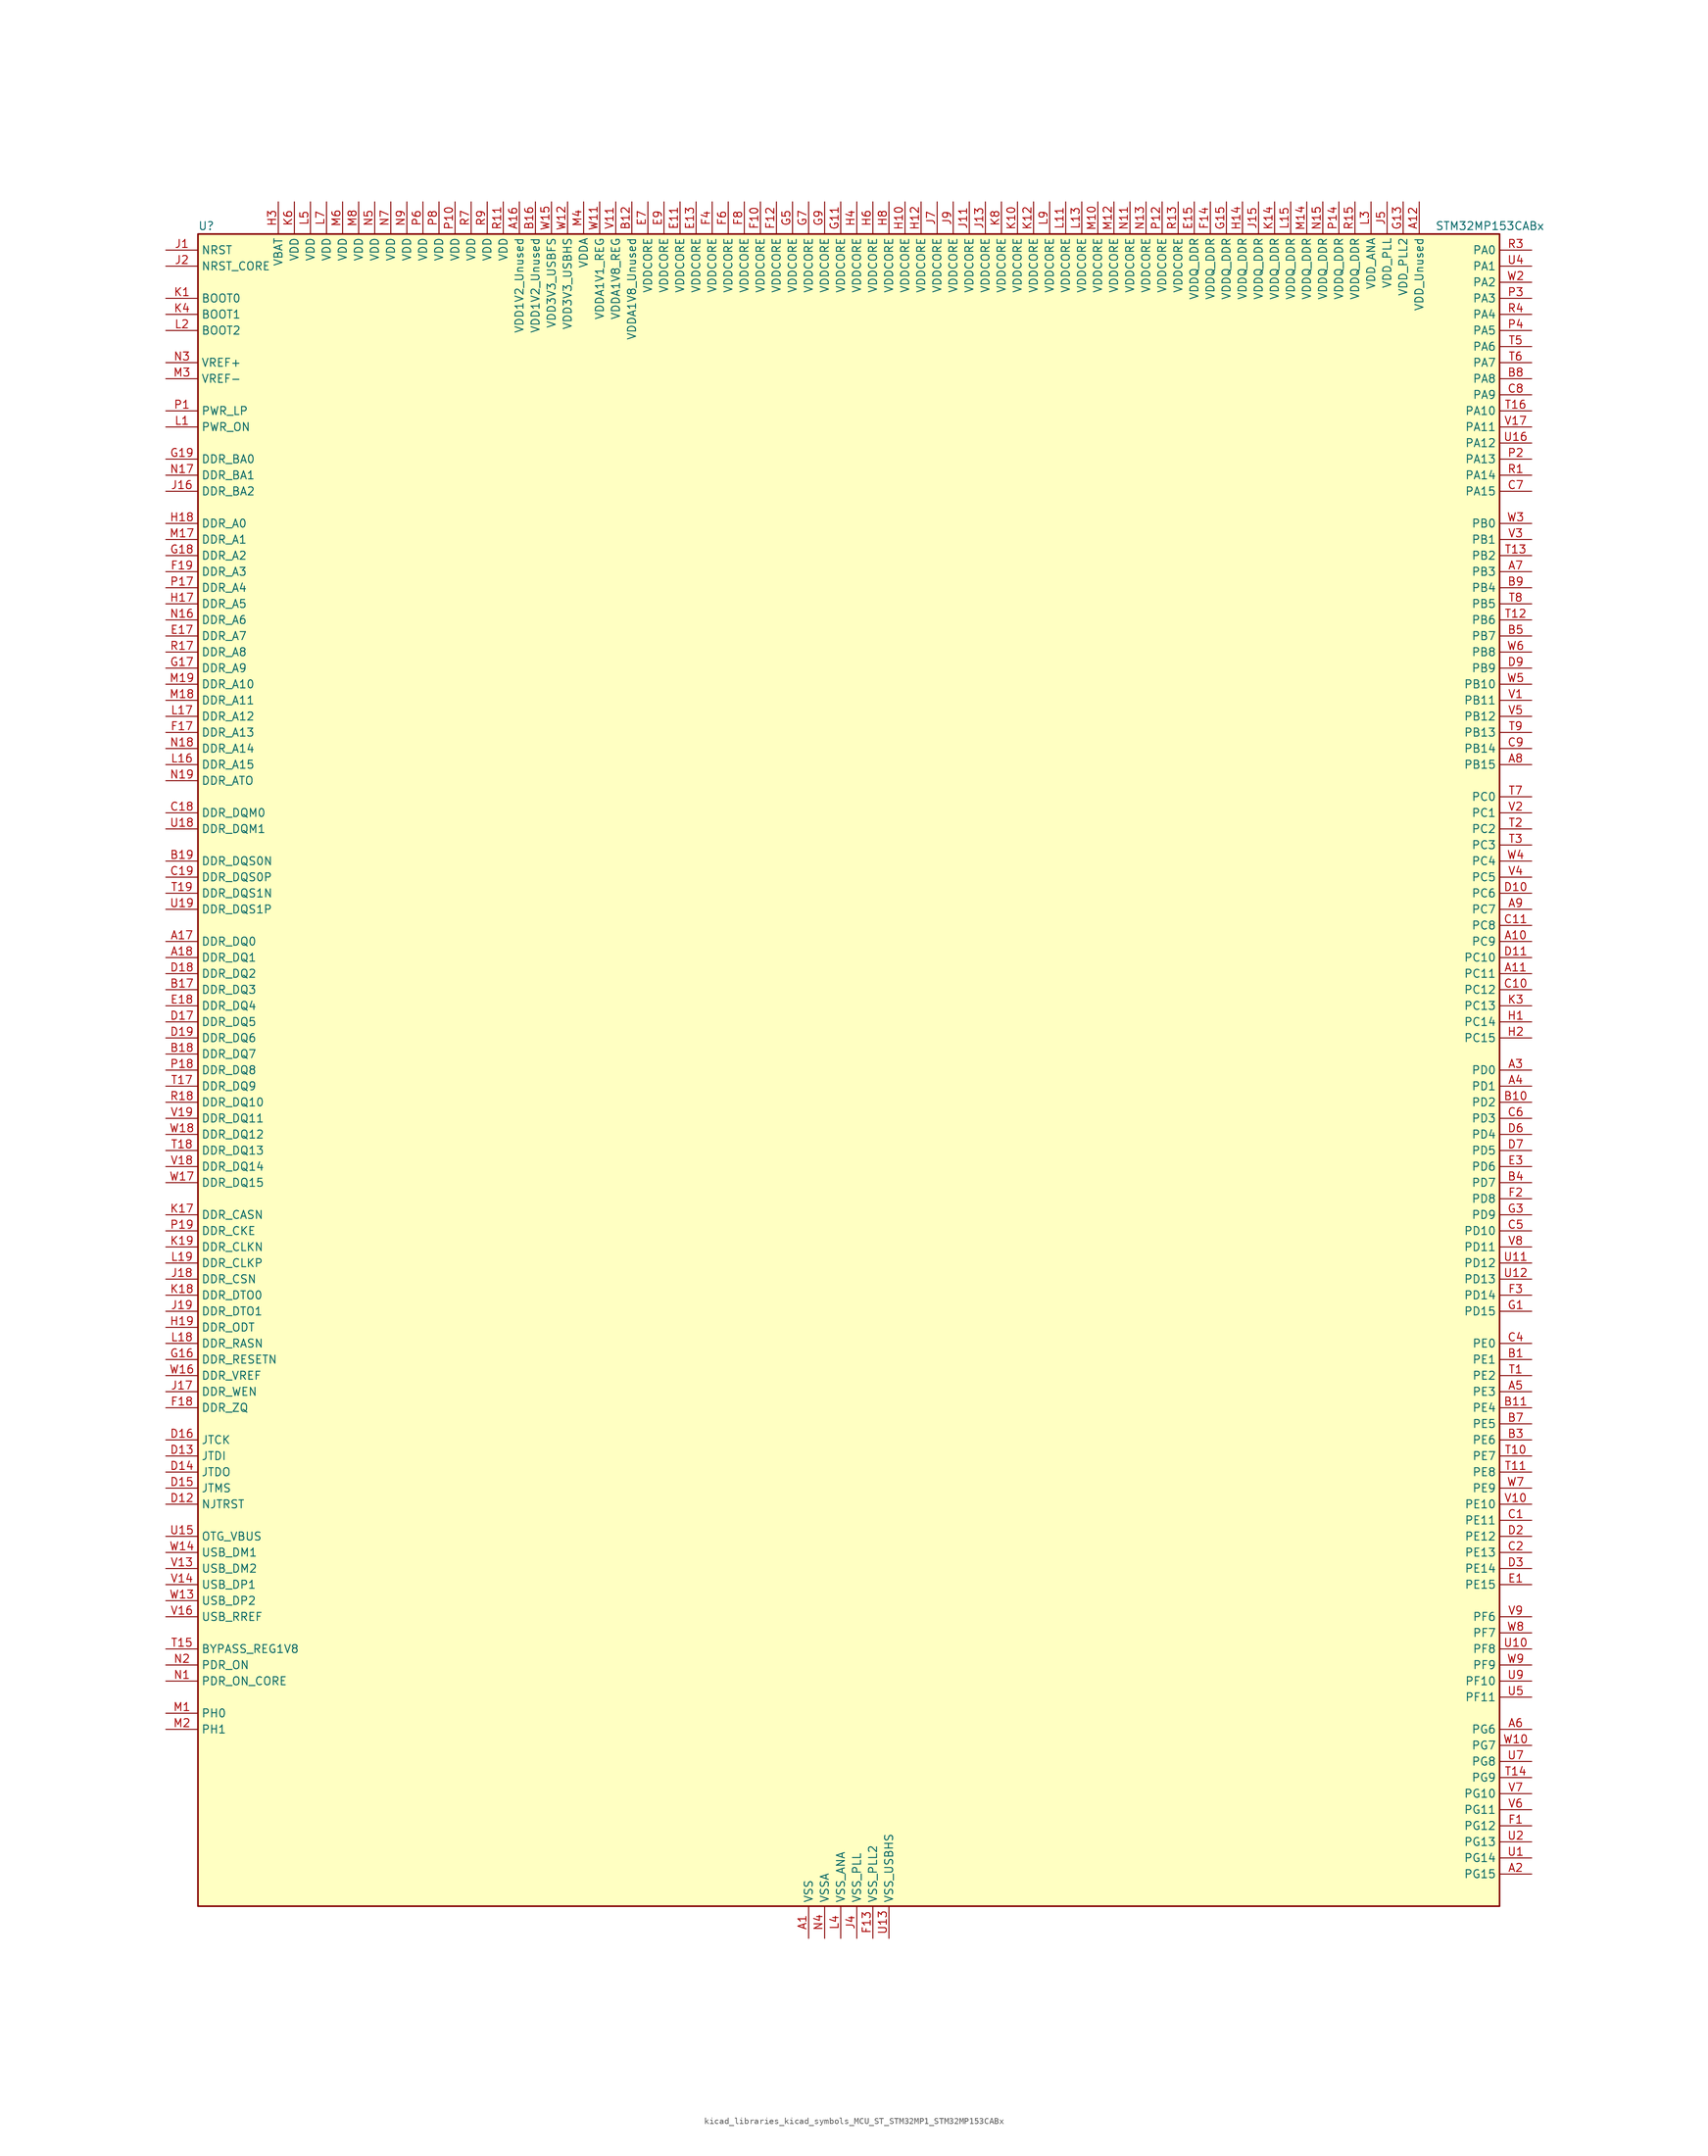
<source format=kicad_sym>
(kicad_symbol_lib
  (version 20220914)
  (generator kicad_symbol_editor)
  (symbol "kicad_libraries_kicad_symbols_MCU_ST_STM32MP1_STM32MP153CABx"
    (property "Reference" "U"
      (at -101.6 133.35 0)
      (effects (font (size 1.27 1.27)) (justify left)))
    (property "Value" "STM32MP153CABx"
      (at 93.98 133.35 0)
      (effects (font (size 1.27 1.27)) (justify left)))
    (property "ki_locked" ""
      (at 0 0 0)
      (effects (font (size 1.27 1.27))))
    (symbol "kicad_libraries_kicad_symbols_MCU_ST_STM32MP1_STM32MP153CABx_0_1"
      (rectangle (start -101.6 -132.08) (end 104.14 132.08) (stroke (width 0.254) (type default)) (fill (type background))))
    (symbol "kicad_libraries_kicad_symbols_MCU_ST_STM32MP1_STM32MP153CABx_1_1"
      (pin power_in line (at -5.08 -137.16 90) (length 5.08) (name "VSS" (effects (font (size 1.27 1.27)))) (number "A1" (effects (font (size 1.27 1.27)))))
      (pin bidirectional line (at 109.22 20.32 180) (length 5.08) (name "PC9" (effects (font (size 1.27 1.27)))) (number "A10" (effects (font (size 1.27 1.27)))) (alternate "DAC1_EXTI9" bidirectional line) (alternate "DCMI_D3" bidirectional line) (alternate "DEBUG_TRACED1" bidirectional line) (alternate "I2C3_SDA" bidirectional line) (alternate "I2S_CKIN" bidirectional line) (alternate "LTDC_B2" bidirectional line) (alternate "QUADSPI_BK1_IO0" bidirectional line) (alternate "SDMMC1_D1" bidirectional line) (alternate "TIM3_CH4" bidirectional line) (alternate "TIM8_CH4" bidirectional line) (alternate "UART5_CTS" bidirectional line))
      (pin bidirectional line (at 109.22 15.24 180) (length 5.08) (name "PC11" (effects (font (size 1.27 1.27)))) (number "A11" (effects (font (size 1.27 1.27)))) (alternate "ADC1_EXTI11" bidirectional line) (alternate "ADC2_EXTI11" bidirectional line) (alternate "DCMI_D4" bidirectional line) (alternate "DEBUG_TRACED3" bidirectional line) (alternate "DFSDM1_DATIN5" bidirectional line) (alternate "I2S3_SDI" bidirectional line) (alternate "QUADSPI_BK2_NCS" bidirectional line) (alternate "SAI4_SCK_B" bidirectional line) (alternate "SDMMC1_D3" bidirectional line) (alternate "SPI3_MISO" bidirectional line) (alternate "UART4_RX" bidirectional line) (alternate "USART3_RX" bidirectional line))
      (pin power_in line (at 91.44 137.16 270) (length 5.08) (name "VDD_Unused" (effects (font (size 1.27 1.27)))) (number "A12" (effects (font (size 1.27 1.27)))))
      (pin no_connect line (at -101.6 -132.08 0) (length 5.08) hide (name "DNU" (effects (font (size 1.27 1.27)))) (number "A13" (effects (font (size 1.27 1.27)))))
      (pin no_connect line (at -101.6 -129.54 0) (length 5.08) hide (name "DNU" (effects (font (size 1.27 1.27)))) (number "A14" (effects (font (size 1.27 1.27)))))
      (pin no_connect line (at -101.6 -127 0) (length 5.08) hide (name "DNU" (effects (font (size 1.27 1.27)))) (number "A15" (effects (font (size 1.27 1.27)))))
      (pin power_in line (at -50.8 137.16 270) (length 5.08) (name "VDD1V2_Unused" (effects (font (size 1.27 1.27)))) (number "A16" (effects (font (size 1.27 1.27)))))
      (pin bidirectional line (at -106.68 20.32 0) (length 5.08) (name "DDR_DQ0" (effects (font (size 1.27 1.27)))) (number "A17" (effects (font (size 1.27 1.27)))) (alternate "DDR_DQ0" bidirectional line))
      (pin bidirectional line (at -106.68 17.78 0) (length 5.08) (name "DDR_DQ1" (effects (font (size 1.27 1.27)))) (number "A18" (effects (font (size 1.27 1.27)))) (alternate "DDR_DQ1" bidirectional line))
      (pin passive line (at -5.08 -137.16 90) (length 5.08) hide (name "VSS" (effects (font (size 1.27 1.27)))) (number "A19" (effects (font (size 1.27 1.27)))))
      (pin bidirectional line (at 109.22 -127 180) (length 5.08) (name "PG15" (effects (font (size 1.27 1.27)))) (number "A2" (effects (font (size 1.27 1.27)))) (alternate "ADC1_EXTI15" bidirectional line) (alternate "ADC2_EXTI15" bidirectional line) (alternate "DCMI_D13" bidirectional line) (alternate "DEBUG_TRACED7" bidirectional line) (alternate "I2C2_SDA" bidirectional line) (alternate "SAI1_D2" bidirectional line) (alternate "SAI1_FS_A" bidirectional line) (alternate "SDMMC3_CK" bidirectional line) (alternate "USART6_CTS" bidirectional line) (alternate "USART6_NSS" bidirectional line))
      (pin bidirectional line (at 109.22 0 180) (length 5.08) (name "PD0" (effects (font (size 1.27 1.27)))) (number "A3" (effects (font (size 1.27 1.27)))) (alternate "DFSDM1_CKIN6" bidirectional line) (alternate "DFSDM1_DATIN7" bidirectional line) (alternate "FDCAN1_RX" bidirectional line) (alternate "FMC_D2" bidirectional line) (alternate "FMC_DA2" bidirectional line) (alternate "I2C5_SDA" bidirectional line) (alternate "I2C6_SDA" bidirectional line) (alternate "SAI3_SCK_A" bidirectional line) (alternate "SDMMC3_CMD" bidirectional line) (alternate "UART4_RX" bidirectional line))
      (pin bidirectional line (at 109.22 -2.54 180) (length 5.08) (name "PD1" (effects (font (size 1.27 1.27)))) (number "A4" (effects (font (size 1.27 1.27)))) (alternate "DFSDM1_CKIN7" bidirectional line) (alternate "DFSDM1_DATIN6" bidirectional line) (alternate "FDCAN1_TX" bidirectional line) (alternate "FMC_D3" bidirectional line) (alternate "FMC_DA3" bidirectional line) (alternate "I2C5_SCL" bidirectional line) (alternate "I2C6_SCL" bidirectional line) (alternate "SAI3_SD_A" bidirectional line) (alternate "SDMMC3_D0" bidirectional line) (alternate "UART4_TX" bidirectional line))
      (pin bidirectional line (at 109.22 -50.8 180) (length 5.08) (name "PE3" (effects (font (size 1.27 1.27)))) (number "A5" (effects (font (size 1.27 1.27)))) (alternate "DEBUG_TRACED0" bidirectional line) (alternate "FMC_A19" bidirectional line) (alternate "SAI1_SD_B" bidirectional line) (alternate "SDMMC2_CK" bidirectional line) (alternate "TIM15_BKIN" bidirectional line))
      (pin bidirectional line (at 109.22 -104.14 180) (length 5.08) (name "PG6" (effects (font (size 1.27 1.27)))) (number "A6" (effects (font (size 1.27 1.27)))) (alternate "DCMI_D12" bidirectional line) (alternate "DEBUG_TRACED14" bidirectional line) (alternate "LTDC_R7" bidirectional line) (alternate "SDMMC2_CMD" bidirectional line) (alternate "TIM17_BKIN" bidirectional line))
      (pin bidirectional line (at 109.22 78.74 180) (length 5.08) (name "PB3" (effects (font (size 1.27 1.27)))) (number "A7" (effects (font (size 1.27 1.27)))) (alternate "DEBUG_TRACED9" bidirectional line) (alternate "I2S1_CK" bidirectional line) (alternate "I2S3_CK" bidirectional line) (alternate "SAI4_CK1" bidirectional line) (alternate "SAI4_MCLK_A" bidirectional line) (alternate "SDMMC2_D2" bidirectional line) (alternate "SPI1_SCK" bidirectional line) (alternate "SPI3_SCK" bidirectional line) (alternate "SPI6_SCK" bidirectional line) (alternate "TIM2_CH2" bidirectional line) (alternate "UART7_RX" bidirectional line))
      (pin bidirectional line (at 109.22 48.26 180) (length 5.08) (name "PB15" (effects (font (size 1.27 1.27)))) (number "A8" (effects (font (size 1.27 1.27)))) (alternate "ADC1_EXTI15" bidirectional line) (alternate "ADC2_EXTI15" bidirectional line) (alternate "DFSDM1_CKIN2" bidirectional line) (alternate "I2S2_SDO" bidirectional line) (alternate "RTC_REFIN" bidirectional line) (alternate "SDMMC2_D1" bidirectional line) (alternate "SPI2_MOSI" bidirectional line) (alternate "TIM12_CH2" bidirectional line) (alternate "TIM1_CH3N" bidirectional line) (alternate "TIM8_CH3N" bidirectional line) (alternate "USART1_RX" bidirectional line))
      (pin bidirectional line (at 109.22 25.4 180) (length 5.08) (name "PC7" (effects (font (size 1.27 1.27)))) (number "A9" (effects (font (size 1.27 1.27)))) (alternate "DCMI_D1" bidirectional line) (alternate "DFSDM1_DATIN3" bidirectional line) (alternate "HDP_HDP4" bidirectional line) (alternate "I2S3_MCK" bidirectional line) (alternate "LTDC_G6" bidirectional line) (alternate "SDMMC1_D123DIR" bidirectional line) (alternate "SDMMC1_D7" bidirectional line) (alternate "SDMMC2_D123DIR" bidirectional line) (alternate "SDMMC2_D7" bidirectional line) (alternate "TIM3_CH2" bidirectional line) (alternate "TIM8_CH2" bidirectional line) (alternate "USART6_RX" bidirectional line))
      (pin bidirectional line (at 109.22 -45.72 180) (length 5.08) (name "PE1" (effects (font (size 1.27 1.27)))) (number "B1" (effects (font (size 1.27 1.27)))) (alternate "DCMI_D3" bidirectional line) (alternate "FMC_NBL1" bidirectional line) (alternate "I2S2_MCK" bidirectional line) (alternate "LPTIM1_IN2" bidirectional line) (alternate "SAI3_SD_B" bidirectional line) (alternate "UART8_TX" bidirectional line))
      (pin bidirectional line (at 109.22 -5.08 180) (length 5.08) (name "PD2" (effects (font (size 1.27 1.27)))) (number "B10" (effects (font (size 1.27 1.27)))) (alternate "DCMI_D11" bidirectional line) (alternate "I2C5_SMBA" bidirectional line) (alternate "SDMMC1_CMD" bidirectional line) (alternate "TIM3_ETR" bidirectional line) (alternate "UART4_RX" bidirectional line) (alternate "UART5_RX" bidirectional line))
      (pin bidirectional line (at 109.22 -53.34 180) (length 5.08) (name "PE4" (effects (font (size 1.27 1.27)))) (number "B11" (effects (font (size 1.27 1.27)))) (alternate "DCMI_D4" bidirectional line) (alternate "DEBUG_TRACED1" bidirectional line) (alternate "DFSDM1_DATIN3" bidirectional line) (alternate "FMC_A20" bidirectional line) (alternate "LTDC_B0" bidirectional line) (alternate "SAI1_D2" bidirectional line) (alternate "SAI1_FS_A" bidirectional line) (alternate "SDMMC1_CKIN" bidirectional line) (alternate "SDMMC1_D4" bidirectional line) (alternate "SDMMC2_CKIN" bidirectional line) (alternate "SDMMC2_D4" bidirectional line) (alternate "SPI4_NSS" bidirectional line) (alternate "TIM15_CH1N" bidirectional line))
      (pin power_in line (at -33.02 137.16 270) (length 5.08) (name "VDDA1V8_Unused" (effects (font (size 1.27 1.27)))) (number "B12" (effects (font (size 1.27 1.27)))))
      (pin no_connect line (at -101.6 -124.46 0) (length 5.08) hide (name "DNU" (effects (font (size 1.27 1.27)))) (number "B13" (effects (font (size 1.27 1.27)))))
      (pin no_connect line (at -101.6 -121.92 0) (length 5.08) hide (name "DNU" (effects (font (size 1.27 1.27)))) (number "B14" (effects (font (size 1.27 1.27)))))
      (pin no_connect line (at -101.6 -119.38 0) (length 5.08) hide (name "DNU" (effects (font (size 1.27 1.27)))) (number "B15" (effects (font (size 1.27 1.27)))))
      (pin power_in line (at -48.26 137.16 270) (length 5.08) (name "VDD1V2_Unused" (effects (font (size 1.27 1.27)))) (number "B16" (effects (font (size 1.27 1.27)))))
      (pin bidirectional line (at -106.68 12.7 0) (length 5.08) (name "DDR_DQ3" (effects (font (size 1.27 1.27)))) (number "B17" (effects (font (size 1.27 1.27)))) (alternate "DDR_DQ3" bidirectional line))
      (pin bidirectional line (at -106.68 2.54 0) (length 5.08) (name "DDR_DQ7" (effects (font (size 1.27 1.27)))) (number "B18" (effects (font (size 1.27 1.27)))) (alternate "DDR_DQ7" bidirectional line))
      (pin bidirectional line (at -106.68 33.02 0) (length 5.08) (name "DDR_DQS0N" (effects (font (size 1.27 1.27)))) (number "B19" (effects (font (size 1.27 1.27)))) (alternate "DDR_DQS0N" bidirectional line))
      (pin passive line (at -5.08 -137.16 90) (length 5.08) hide (name "VSS" (effects (font (size 1.27 1.27)))) (number "B2" (effects (font (size 1.27 1.27)))))
      (pin bidirectional line (at 109.22 -58.42 180) (length 5.08) (name "PE6" (effects (font (size 1.27 1.27)))) (number "B3" (effects (font (size 1.27 1.27)))) (alternate "DCMI_D7" bidirectional line) (alternate "DEBUG_TRACED2" bidirectional line) (alternate "FMC_A22" bidirectional line) (alternate "LTDC_G1" bidirectional line) (alternate "SAI1_D1" bidirectional line) (alternate "SAI1_SD_A" bidirectional line) (alternate "SAI2_MCLK_B" bidirectional line) (alternate "SDMMC1_D2" bidirectional line) (alternate "SDMMC2_D0" bidirectional line) (alternate "SPI4_MOSI" bidirectional line) (alternate "TIM15_CH2" bidirectional line) (alternate "TIM1_BKIN2" bidirectional line))
      (pin bidirectional line (at 109.22 -17.78 180) (length 5.08) (name "PD7" (effects (font (size 1.27 1.27)))) (number "B4" (effects (font (size 1.27 1.27)))) (alternate "DEBUG_TRACED6" bidirectional line) (alternate "DFSDM1_CKIN1" bidirectional line) (alternate "DFSDM1_DATIN4" bidirectional line) (alternate "FMC_NE1" bidirectional line) (alternate "I2C2_SCL" bidirectional line) (alternate "SDMMC3_D3" bidirectional line) (alternate "SPDIFRX_IN0" bidirectional line) (alternate "USART2_CK" bidirectional line))
      (pin bidirectional line (at 109.22 68.58 180) (length 5.08) (name "PB7" (effects (font (size 1.27 1.27)))) (number "B5" (effects (font (size 1.27 1.27)))) (alternate "DCMI_VSYNC" bidirectional line) (alternate "DFSDM1_CKIN5" bidirectional line) (alternate "FMC_NL" bidirectional line) (alternate "I2C1_SDA" bidirectional line) (alternate "I2C4_SDA" bidirectional line) (alternate "SDMMC2_D1" bidirectional line) (alternate "TIM17_CH1N" bidirectional line) (alternate "TIM4_CH2" bidirectional line) (alternate "USART1_RX" bidirectional line))
      (pin passive line (at -5.08 -137.16 90) (length 5.08) hide (name "VSS" (effects (font (size 1.27 1.27)))) (number "B6" (effects (font (size 1.27 1.27)))))
      (pin bidirectional line (at 109.22 -55.88 180) (length 5.08) (name "PE5" (effects (font (size 1.27 1.27)))) (number "B7" (effects (font (size 1.27 1.27)))) (alternate "DCMI_D6" bidirectional line) (alternate "DEBUG_TRACED3" bidirectional line) (alternate "DFSDM1_CKIN3" bidirectional line) (alternate "FMC_A21" bidirectional line) (alternate "LTDC_G0" bidirectional line) (alternate "SAI1_CK2" bidirectional line) (alternate "SAI1_SCK_A" bidirectional line) (alternate "SDMMC1_D0DIR" bidirectional line) (alternate "SDMMC1_D6" bidirectional line) (alternate "SDMMC2_D0DIR" bidirectional line) (alternate "SDMMC2_D6" bidirectional line) (alternate "SPI4_MISO" bidirectional line) (alternate "TIM15_CH1" bidirectional line))
      (pin bidirectional line (at 109.22 109.22 180) (length 5.08) (name "PA8" (effects (font (size 1.27 1.27)))) (number "B8" (effects (font (size 1.27 1.27)))) (alternate "I2C3_SCL" bidirectional line) (alternate "I2S3_SDO" bidirectional line) (alternate "LTDC_R6" bidirectional line) (alternate "RCC_MCO_1" bidirectional line) (alternate "SAI4_SD_B" bidirectional line) (alternate "SDMMC2_CKIN" bidirectional line) (alternate "SDMMC2_D4" bidirectional line) (alternate "SPI3_MOSI" bidirectional line) (alternate "TIM1_CH1" bidirectional line) (alternate "TIM8_BKIN2" bidirectional line) (alternate "UART7_RX" bidirectional line) (alternate "USART1_CK" bidirectional line) (alternate "USB_OTG_HS_SOF" bidirectional line))
      (pin bidirectional line (at 109.22 76.2 180) (length 5.08) (name "PB4" (effects (font (size 1.27 1.27)))) (number "B9" (effects (font (size 1.27 1.27)))) (alternate "DEBUG_TRACED8" bidirectional line) (alternate "I2S1_SDI" bidirectional line) (alternate "I2S2_WS" bidirectional line) (alternate "I2S3_SDI" bidirectional line) (alternate "SAI4_CK2" bidirectional line) (alternate "SAI4_SCK_A" bidirectional line) (alternate "SDMMC2_D3" bidirectional line) (alternate "SPI1_MISO" bidirectional line) (alternate "SPI2_NSS" bidirectional line) (alternate "SPI3_MISO" bidirectional line) (alternate "SPI6_MISO" bidirectional line) (alternate "TIM16_BKIN" bidirectional line) (alternate "TIM3_CH1" bidirectional line) (alternate "UART7_TX" bidirectional line))
      (pin bidirectional line (at 109.22 -71.12 180) (length 5.08) (name "PE11" (effects (font (size 1.27 1.27)))) (number "C1" (effects (font (size 1.27 1.27)))) (alternate "ADC1_EXTI11" bidirectional line) (alternate "ADC2_EXTI11" bidirectional line) (alternate "DCMI_D4" bidirectional line) (alternate "DFSDM1_CKIN4" bidirectional line) (alternate "FMC_D8" bidirectional line) (alternate "FMC_DA8" bidirectional line) (alternate "LTDC_G3" bidirectional line) (alternate "SAI2_SD_B" bidirectional line) (alternate "SPI4_NSS" bidirectional line) (alternate "TIM1_CH2" bidirectional line) (alternate "USART6_CK" bidirectional line))
      (pin bidirectional line (at 109.22 12.7 180) (length 5.08) (name "PC12" (effects (font (size 1.27 1.27)))) (number "C10" (effects (font (size 1.27 1.27)))) (alternate "DCMI_D9" bidirectional line) (alternate "DEBUG_TRACECLK" bidirectional line) (alternate "I2S3_SDO" bidirectional line) (alternate "RCC_MCO_2" bidirectional line) (alternate "SAI4_D3" bidirectional line) (alternate "SAI4_SD_B" bidirectional line) (alternate "SDMMC1_CK" bidirectional line) (alternate "SPI3_MOSI" bidirectional line) (alternate "UART5_TX" bidirectional line) (alternate "USART3_CK" bidirectional line))
      (pin bidirectional line (at 109.22 22.86 180) (length 5.08) (name "PC8" (effects (font (size 1.27 1.27)))) (number "C11" (effects (font (size 1.27 1.27)))) (alternate "DCMI_D2" bidirectional line) (alternate "DEBUG_TRACED0" bidirectional line) (alternate "SDMMC1_D0" bidirectional line) (alternate "TIM3_CH3" bidirectional line) (alternate "TIM8_CH3" bidirectional line) (alternate "UART4_TX" bidirectional line) (alternate "UART5_DE" bidirectional line) (alternate "UART5_RTS" bidirectional line) (alternate "USART6_CK" bidirectional line))
      (pin passive line (at -5.08 -137.16 90) (length 5.08) hide (name "VSS" (effects (font (size 1.27 1.27)))) (number "C12" (effects (font (size 1.27 1.27)))))
      (pin passive line (at -5.08 -137.16 90) (length 5.08) hide (name "VSS" (effects (font (size 1.27 1.27)))) (number "C13" (effects (font (size 1.27 1.27)))))
      (pin passive line (at -5.08 -137.16 90) (length 5.08) hide (name "VSS" (effects (font (size 1.27 1.27)))) (number "C14" (effects (font (size 1.27 1.27)))))
      (pin passive line (at -5.08 -137.16 90) (length 5.08) hide (name "VSS" (effects (font (size 1.27 1.27)))) (number "C15" (effects (font (size 1.27 1.27)))))
      (pin passive line (at -5.08 -137.16 90) (length 5.08) hide (name "VSS" (effects (font (size 1.27 1.27)))) (number "C16" (effects (font (size 1.27 1.27)))))
      (pin passive line (at -5.08 -137.16 90) (length 5.08) hide (name "VSS" (effects (font (size 1.27 1.27)))) (number "C17" (effects (font (size 1.27 1.27)))))
      (pin bidirectional line (at -106.68 40.64 0) (length 5.08) (name "DDR_DQM0" (effects (font (size 1.27 1.27)))) (number "C18" (effects (font (size 1.27 1.27)))) (alternate "DDR_DQM0" bidirectional line))
      (pin bidirectional line (at -106.68 30.48 0) (length 5.08) (name "DDR_DQS0P" (effects (font (size 1.27 1.27)))) (number "C19" (effects (font (size 1.27 1.27)))) (alternate "DDR_DQS0P" bidirectional line))
      (pin bidirectional line (at 109.22 -76.2 180) (length 5.08) (name "PE13" (effects (font (size 1.27 1.27)))) (number "C2" (effects (font (size 1.27 1.27)))) (alternate "DCMI_D6" bidirectional line) (alternate "DFSDM1_CKIN5" bidirectional line) (alternate "FMC_D10" bidirectional line) (alternate "FMC_DA10" bidirectional line) (alternate "HDP_HDP2" bidirectional line) (alternate "LTDC_DE" bidirectional line) (alternate "SAI2_FS_B" bidirectional line) (alternate "SPI4_MISO" bidirectional line) (alternate "TIM1_CH3" bidirectional line))
      (pin passive line (at -5.08 -137.16 90) (length 5.08) hide (name "VSS" (effects (font (size 1.27 1.27)))) (number "C3" (effects (font (size 1.27 1.27)))))
      (pin bidirectional line (at 109.22 -43.18 180) (length 5.08) (name "PE0" (effects (font (size 1.27 1.27)))) (number "C4" (effects (font (size 1.27 1.27)))) (alternate "DCMI_D2" bidirectional line) (alternate "FMC_NBL0" bidirectional line) (alternate "I2S3_CK" bidirectional line) (alternate "LPTIM1_ETR" bidirectional line) (alternate "LPTIM2_ETR" bidirectional line) (alternate "SAI2_MCLK_A" bidirectional line) (alternate "SAI4_MCLK_B" bidirectional line) (alternate "SPI3_SCK" bidirectional line) (alternate "TIM4_ETR" bidirectional line) (alternate "UART8_RX" bidirectional line))
      (pin bidirectional line (at 109.22 -25.4 180) (length 5.08) (name "PD10" (effects (font (size 1.27 1.27)))) (number "C5" (effects (font (size 1.27 1.27)))) (alternate "DFSDM1_CKOUT" bidirectional line) (alternate "FMC_D15" bidirectional line) (alternate "FMC_DA15" bidirectional line) (alternate "I2C5_SMBA" bidirectional line) (alternate "I2S3_SDI" bidirectional line) (alternate "LTDC_B3" bidirectional line) (alternate "RTC_REFIN" bidirectional line) (alternate "SAI3_FS_B" bidirectional line) (alternate "SPI3_MISO" bidirectional line) (alternate "TIM16_BKIN" bidirectional line) (alternate "USART3_CK" bidirectional line))
      (pin bidirectional line (at 109.22 -7.62 180) (length 5.08) (name "PD3" (effects (font (size 1.27 1.27)))) (number "C6" (effects (font (size 1.27 1.27)))) (alternate "DCMI_D5" bidirectional line) (alternate "DFSDM1_CKOUT" bidirectional line) (alternate "DFSDM1_DATIN0" bidirectional line) (alternate "FMC_CLK" bidirectional line) (alternate "HDP_HDP5" bidirectional line) (alternate "I2S2_CK" bidirectional line) (alternate "LTDC_G7" bidirectional line) (alternate "SDMMC1_D123DIR" bidirectional line) (alternate "SDMMC1_D7" bidirectional line) (alternate "SDMMC2_D123DIR" bidirectional line) (alternate "SDMMC2_D7" bidirectional line) (alternate "SPI2_SCK" bidirectional line) (alternate "USART2_CTS" bidirectional line) (alternate "USART2_NSS" bidirectional line))
      (pin bidirectional line (at 109.22 91.44 180) (length 5.08) (name "PA15" (effects (font (size 1.27 1.27)))) (number "C7" (effects (font (size 1.27 1.27)))) (alternate "ADC1_EXTI15" bidirectional line) (alternate "ADC2_EXTI15" bidirectional line) (alternate "CEC" bidirectional line) (alternate "DEBUG_DBTRGI" bidirectional line) (alternate "I2S1_WS" bidirectional line) (alternate "I2S3_WS" bidirectional line) (alternate "LTDC_R1" bidirectional line) (alternate "SAI4_D2" bidirectional line) (alternate "SAI4_FS_A" bidirectional line) (alternate "SDMMC1_CDIR" bidirectional line) (alternate "SDMMC1_D5" bidirectional line) (alternate "SDMMC2_CDIR" bidirectional line) (alternate "SDMMC2_D5" bidirectional line) (alternate "SPI1_NSS" bidirectional line) (alternate "SPI3_NSS" bidirectional line) (alternate "SPI6_NSS" bidirectional line) (alternate "TIM2_CH1" bidirectional line) (alternate "TIM2_ETR" bidirectional line) (alternate "UART4_DE" bidirectional line) (alternate "UART4_RTS" bidirectional line) (alternate "UART7_TX" bidirectional line))
      (pin bidirectional line (at 109.22 106.68 180) (length 5.08) (name "PA9" (effects (font (size 1.27 1.27)))) (number "C8" (effects (font (size 1.27 1.27)))) (alternate "DAC1_EXTI9" bidirectional line) (alternate "DCMI_D0" bidirectional line) (alternate "I2C3_SMBA" bidirectional line) (alternate "I2S2_CK" bidirectional line) (alternate "LTDC_R5" bidirectional line) (alternate "SDMMC2_CDIR" bidirectional line) (alternate "SDMMC2_D5" bidirectional line) (alternate "SPI2_SCK" bidirectional line) (alternate "TIM1_CH2" bidirectional line) (alternate "USART1_TX" bidirectional line))
      (pin bidirectional line (at 109.22 50.8 180) (length 5.08) (name "PB14" (effects (font (size 1.27 1.27)))) (number "C9" (effects (font (size 1.27 1.27)))) (alternate "DFSDM1_DATIN2" bidirectional line) (alternate "I2S2_SDI" bidirectional line) (alternate "SDMMC2_D0" bidirectional line) (alternate "SPI2_MISO" bidirectional line) (alternate "TIM12_CH1" bidirectional line) (alternate "TIM1_CH2N" bidirectional line) (alternate "TIM8_CH2N" bidirectional line) (alternate "USART1_TX" bidirectional line) (alternate "USART3_DE" bidirectional line) (alternate "USART3_RTS" bidirectional line))
      (pin passive line (at -5.08 -137.16 90) (length 5.08) hide (name "VSS" (effects (font (size 1.27 1.27)))) (number "D1" (effects (font (size 1.27 1.27)))))
      (pin bidirectional line (at 109.22 27.94 180) (length 5.08) (name "PC6" (effects (font (size 1.27 1.27)))) (number "D10" (effects (font (size 1.27 1.27)))) (alternate "DCMI_D0" bidirectional line) (alternate "DFSDM1_CKIN3" bidirectional line) (alternate "HDP_HDP1" bidirectional line) (alternate "I2S2_MCK" bidirectional line) (alternate "LTDC_HSYNC" bidirectional line) (alternate "SDMMC1_D0DIR" bidirectional line) (alternate "SDMMC1_D6" bidirectional line) (alternate "SDMMC2_D0DIR" bidirectional line) (alternate "SDMMC2_D6" bidirectional line) (alternate "TIM3_CH1" bidirectional line) (alternate "TIM8_CH1" bidirectional line) (alternate "USART6_TX" bidirectional line))
      (pin bidirectional line (at 109.22 17.78 180) (length 5.08) (name "PC10" (effects (font (size 1.27 1.27)))) (number "D11" (effects (font (size 1.27 1.27)))) (alternate "DCMI_D8" bidirectional line) (alternate "DEBUG_TRACED2" bidirectional line) (alternate "DFSDM1_CKIN5" bidirectional line) (alternate "I2S3_CK" bidirectional line) (alternate "LTDC_R2" bidirectional line) (alternate "QUADSPI_BK1_IO1" bidirectional line) (alternate "SAI4_MCLK_B" bidirectional line) (alternate "SDMMC1_D2" bidirectional line) (alternate "SPI3_SCK" bidirectional line) (alternate "UART4_TX" bidirectional line) (alternate "USART3_TX" bidirectional line))
      (pin bidirectional line (at -106.68 -68.58 0) (length 5.08) (name "NJTRST" (effects (font (size 1.27 1.27)))) (number "D12" (effects (font (size 1.27 1.27)))) (alternate "DEBUG_JTRST" bidirectional line))
      (pin bidirectional line (at -106.68 -60.96 0) (length 5.08) (name "JTDI" (effects (font (size 1.27 1.27)))) (number "D13" (effects (font (size 1.27 1.27)))) (alternate "DEBUG_JTDI" bidirectional line))
      (pin bidirectional line (at -106.68 -63.5 0) (length 5.08) (name "JTDO" (effects (font (size 1.27 1.27)))) (number "D14" (effects (font (size 1.27 1.27)))) (alternate "DEBUG_JTDO-SWO" bidirectional line))
      (pin bidirectional line (at -106.68 -66.04 0) (length 5.08) (name "JTMS" (effects (font (size 1.27 1.27)))) (number "D15" (effects (font (size 1.27 1.27)))) (alternate "DEBUG_JTMS-SWDIO" bidirectional line))
      (pin bidirectional line (at -106.68 -58.42 0) (length 5.08) (name "JTCK" (effects (font (size 1.27 1.27)))) (number "D16" (effects (font (size 1.27 1.27)))) (alternate "DEBUG_JTCK-SWCLK" bidirectional line))
      (pin bidirectional line (at -106.68 7.62 0) (length 5.08) (name "DDR_DQ5" (effects (font (size 1.27 1.27)))) (number "D17" (effects (font (size 1.27 1.27)))) (alternate "DDR_DQ5" bidirectional line))
      (pin bidirectional line (at -106.68 15.24 0) (length 5.08) (name "DDR_DQ2" (effects (font (size 1.27 1.27)))) (number "D18" (effects (font (size 1.27 1.27)))) (alternate "DDR_DQ2" bidirectional line))
      (pin bidirectional line (at -106.68 5.08 0) (length 5.08) (name "DDR_DQ6" (effects (font (size 1.27 1.27)))) (number "D19" (effects (font (size 1.27 1.27)))) (alternate "DDR_DQ6" bidirectional line))
      (pin bidirectional line (at 109.22 -73.66 180) (length 5.08) (name "PE12" (effects (font (size 1.27 1.27)))) (number "D2" (effects (font (size 1.27 1.27)))) (alternate "DFSDM1_DATIN5" bidirectional line) (alternate "FMC_D9" bidirectional line) (alternate "FMC_DA9" bidirectional line) (alternate "LTDC_B4" bidirectional line) (alternate "SAI2_SCK_B" bidirectional line) (alternate "SDMMC1_D0DIR" bidirectional line) (alternate "SPI4_SCK" bidirectional line) (alternate "TIM1_CH3N" bidirectional line))
      (pin bidirectional line (at 109.22 -78.74 180) (length 5.08) (name "PE14" (effects (font (size 1.27 1.27)))) (number "D3" (effects (font (size 1.27 1.27)))) (alternate "FMC_D11" bidirectional line) (alternate "FMC_DA11" bidirectional line) (alternate "LTDC_CLK" bidirectional line) (alternate "LTDC_G0" bidirectional line) (alternate "SAI2_MCLK_B" bidirectional line) (alternate "SDMMC1_D123DIR" bidirectional line) (alternate "SPI4_MOSI" bidirectional line) (alternate "TIM1_CH4" bidirectional line) (alternate "UART8_DE" bidirectional line) (alternate "UART8_RTS" bidirectional line))
      (pin passive line (at -5.08 -137.16 90) (length 5.08) hide (name "VSS" (effects (font (size 1.27 1.27)))) (number "D4" (effects (font (size 1.27 1.27)))))
      (pin passive line (at -5.08 -137.16 90) (length 5.08) hide (name "VSS" (effects (font (size 1.27 1.27)))) (number "D5" (effects (font (size 1.27 1.27)))))
      (pin bidirectional line (at 109.22 -10.16 180) (length 5.08) (name "PD4" (effects (font (size 1.27 1.27)))) (number "D6" (effects (font (size 1.27 1.27)))) (alternate "DFSDM1_CKIN0" bidirectional line) (alternate "FMC_NOE" bidirectional line) (alternate "SAI3_FS_A" bidirectional line) (alternate "SDMMC3_D1" bidirectional line) (alternate "USART2_DE" bidirectional line) (alternate "USART2_RTS" bidirectional line))
      (pin bidirectional line (at 109.22 -12.7 180) (length 5.08) (name "PD5" (effects (font (size 1.27 1.27)))) (number "D7" (effects (font (size 1.27 1.27)))) (alternate "FMC_NWE" bidirectional line) (alternate "SDMMC3_D2" bidirectional line) (alternate "USART2_TX" bidirectional line))
      (pin passive line (at -5.08 -137.16 90) (length 5.08) hide (name "VSS" (effects (font (size 1.27 1.27)))) (number "D8" (effects (font (size 1.27 1.27)))))
      (pin bidirectional line (at 109.22 63.5 180) (length 5.08) (name "PB9" (effects (font (size 1.27 1.27)))) (number "D9" (effects (font (size 1.27 1.27)))) (alternate "DAC1_EXTI9" bidirectional line) (alternate "DCMI_D7" bidirectional line) (alternate "DFSDM1_DATIN7" bidirectional line) (alternate "FDCAN1_TX" bidirectional line) (alternate "HDP_HDP7" bidirectional line) (alternate "I2C1_SDA" bidirectional line) (alternate "I2C4_SDA" bidirectional line) (alternate "I2S2_WS" bidirectional line) (alternate "LTDC_B7" bidirectional line) (alternate "SDMMC1_CDIR" bidirectional line) (alternate "SDMMC1_D5" bidirectional line) (alternate "SDMMC2_CDIR" bidirectional line) (alternate "SDMMC2_D5" bidirectional line) (alternate "SPI2_NSS" bidirectional line) (alternate "TIM17_CH1" bidirectional line) (alternate "TIM4_CH4" bidirectional line) (alternate "UART4_TX" bidirectional line))
      (pin bidirectional line (at 109.22 -81.28 180) (length 5.08) (name "PE15" (effects (font (size 1.27 1.27)))) (number "E1" (effects (font (size 1.27 1.27)))) (alternate "ADC1_EXTI15" bidirectional line) (alternate "ADC2_EXTI15" bidirectional line) (alternate "FMC_D12" bidirectional line) (alternate "FMC_DA12" bidirectional line) (alternate "FMC_NCE2" bidirectional line) (alternate "HDP_HDP3" bidirectional line) (alternate "LTDC_R7" bidirectional line) (alternate "TIM15_BKIN" bidirectional line) (alternate "TIM1_BKIN" bidirectional line) (alternate "UART8_CTS" bidirectional line) (alternate "USART2_CTS" bidirectional line) (alternate "USART2_NSS" bidirectional line))
      (pin passive line (at -5.08 -137.16 90) (length 5.08) hide (name "VSS" (effects (font (size 1.27 1.27)))) (number "E10" (effects (font (size 1.27 1.27)))))
      (pin power_in line (at -25.4 137.16 270) (length 5.08) (name "VDDCORE" (effects (font (size 1.27 1.27)))) (number "E11" (effects (font (size 1.27 1.27)))))
      (pin passive line (at -5.08 -137.16 90) (length 5.08) hide (name "VSS" (effects (font (size 1.27 1.27)))) (number "E12" (effects (font (size 1.27 1.27)))))
      (pin power_in line (at -22.86 137.16 270) (length 5.08) (name "VDDCORE" (effects (font (size 1.27 1.27)))) (number "E13" (effects (font (size 1.27 1.27)))))
      (pin passive line (at -5.08 -137.16 90) (length 5.08) hide (name "VSS" (effects (font (size 1.27 1.27)))) (number "E14" (effects (font (size 1.27 1.27)))))
      (pin power_in line (at 55.88 137.16 270) (length 5.08) (name "VDDQ_DDR" (effects (font (size 1.27 1.27)))) (number "E15" (effects (font (size 1.27 1.27)))))
      (pin passive line (at -5.08 -137.16 90) (length 5.08) hide (name "VSS" (effects (font (size 1.27 1.27)))) (number "E16" (effects (font (size 1.27 1.27)))))
      (pin bidirectional line (at -106.68 68.58 0) (length 5.08) (name "DDR_A7" (effects (font (size 1.27 1.27)))) (number "E17" (effects (font (size 1.27 1.27)))) (alternate "DDR_A7" bidirectional line))
      (pin bidirectional line (at -106.68 10.16 0) (length 5.08) (name "DDR_DQ4" (effects (font (size 1.27 1.27)))) (number "E18" (effects (font (size 1.27 1.27)))) (alternate "DDR_DQ4" bidirectional line))
      (pin passive line (at -5.08 -137.16 90) (length 5.08) hide (name "VSS" (effects (font (size 1.27 1.27)))) (number "E2" (effects (font (size 1.27 1.27)))))
      (pin bidirectional line (at 109.22 -15.24 180) (length 5.08) (name "PD6" (effects (font (size 1.27 1.27)))) (number "E3" (effects (font (size 1.27 1.27)))) (alternate "DCMI_D10" bidirectional line) (alternate "DFSDM1_CKIN4" bidirectional line) (alternate "DFSDM1_DATIN1" bidirectional line) (alternate "FMC_NWAIT" bidirectional line) (alternate "I2S3_SDO" bidirectional line) (alternate "LTDC_B2" bidirectional line) (alternate "SAI1_D1" bidirectional line) (alternate "SAI1_SD_A" bidirectional line) (alternate "SPI3_MOSI" bidirectional line) (alternate "TIM16_CH1N" bidirectional line) (alternate "USART2_RX" bidirectional line))
      (pin passive line (at -5.08 -137.16 90) (length 5.08) hide (name "VSS" (effects (font (size 1.27 1.27)))) (number "E4" (effects (font (size 1.27 1.27)))))
      (pin passive line (at -5.08 -137.16 90) (length 5.08) hide (name "VSS" (effects (font (size 1.27 1.27)))) (number "E5" (effects (font (size 1.27 1.27)))))
      (pin passive line (at -5.08 -137.16 90) (length 5.08) hide (name "VSS" (effects (font (size 1.27 1.27)))) (number "E6" (effects (font (size 1.27 1.27)))))
      (pin power_in line (at -30.48 137.16 270) (length 5.08) (name "VDDCORE" (effects (font (size 1.27 1.27)))) (number "E7" (effects (font (size 1.27 1.27)))))
      (pin passive line (at -5.08 -137.16 90) (length 5.08) hide (name "VSS" (effects (font (size 1.27 1.27)))) (number "E8" (effects (font (size 1.27 1.27)))))
      (pin power_in line (at -27.94 137.16 270) (length 5.08) (name "VDDCORE" (effects (font (size 1.27 1.27)))) (number "E9" (effects (font (size 1.27 1.27)))))
      (pin bidirectional line (at 109.22 -119.38 180) (length 5.08) (name "PG12" (effects (font (size 1.27 1.27)))) (number "F1" (effects (font (size 1.27 1.27)))) (alternate "ETH1_PHY_INTN" bidirectional line) (alternate "FMC_NE4" bidirectional line) (alternate "LPTIM1_IN1" bidirectional line) (alternate "LTDC_B1" bidirectional line) (alternate "LTDC_B4" bidirectional line) (alternate "SAI4_CK2" bidirectional line) (alternate "SAI4_SCK_A" bidirectional line) (alternate "SPDIFRX_IN1" bidirectional line) (alternate "SPI6_MISO" bidirectional line) (alternate "USART6_DE" bidirectional line) (alternate "USART6_RTS" bidirectional line))
      (pin power_in line (at -12.7 137.16 270) (length 5.08) (name "VDDCORE" (effects (font (size 1.27 1.27)))) (number "F10" (effects (font (size 1.27 1.27)))))
      (pin passive line (at -5.08 -137.16 90) (length 5.08) hide (name "VSS" (effects (font (size 1.27 1.27)))) (number "F11" (effects (font (size 1.27 1.27)))))
      (pin power_in line (at -10.16 137.16 270) (length 5.08) (name "VDDCORE" (effects (font (size 1.27 1.27)))) (number "F12" (effects (font (size 1.27 1.27)))))
      (pin power_in line (at 5.08 -137.16 90) (length 5.08) (name "VSS_PLL2" (effects (font (size 1.27 1.27)))) (number "F13" (effects (font (size 1.27 1.27)))))
      (pin power_in line (at 58.42 137.16 270) (length 5.08) (name "VDDQ_DDR" (effects (font (size 1.27 1.27)))) (number "F14" (effects (font (size 1.27 1.27)))))
      (pin passive line (at -5.08 -137.16 90) (length 5.08) hide (name "VSS" (effects (font (size 1.27 1.27)))) (number "F15" (effects (font (size 1.27 1.27)))))
      (pin bidirectional line (at -106.68 53.34 0) (length 5.08) (name "DDR_A13" (effects (font (size 1.27 1.27)))) (number "F17" (effects (font (size 1.27 1.27)))) (alternate "DDR_A13" bidirectional line))
      (pin bidirectional line (at -106.68 -53.34 0) (length 5.08) (name "DDR_ZQ" (effects (font (size 1.27 1.27)))) (number "F18" (effects (font (size 1.27 1.27)))) (alternate "DDR_ZQ" bidirectional line))
      (pin bidirectional line (at -106.68 78.74 0) (length 5.08) (name "DDR_A3" (effects (font (size 1.27 1.27)))) (number "F19" (effects (font (size 1.27 1.27)))) (alternate "DDR_A3" bidirectional line))
      (pin bidirectional line (at 109.22 -20.32 180) (length 5.08) (name "PD8" (effects (font (size 1.27 1.27)))) (number "F2" (effects (font (size 1.27 1.27)))) (alternate "DFSDM1_CKIN3" bidirectional line) (alternate "FMC_D13" bidirectional line) (alternate "FMC_DA13" bidirectional line) (alternate "LTDC_B7" bidirectional line) (alternate "SAI3_SCK_B" bidirectional line) (alternate "SPDIFRX_IN1" bidirectional line) (alternate "USART3_TX" bidirectional line))
      (pin bidirectional line (at 109.22 -35.56 180) (length 5.08) (name "PD14" (effects (font (size 1.27 1.27)))) (number "F3" (effects (font (size 1.27 1.27)))) (alternate "FMC_D0" bidirectional line) (alternate "FMC_DA0" bidirectional line) (alternate "SAI3_MCLK_B" bidirectional line) (alternate "TIM4_CH3" bidirectional line) (alternate "UART8_CTS" bidirectional line))
      (pin power_in line (at -20.32 137.16 270) (length 5.08) (name "VDDCORE" (effects (font (size 1.27 1.27)))) (number "F4" (effects (font (size 1.27 1.27)))))
      (pin passive line (at -5.08 -137.16 90) (length 5.08) hide (name "VSS" (effects (font (size 1.27 1.27)))) (number "F5" (effects (font (size 1.27 1.27)))))
      (pin power_in line (at -17.78 137.16 270) (length 5.08) (name "VDDCORE" (effects (font (size 1.27 1.27)))) (number "F6" (effects (font (size 1.27 1.27)))))
      (pin passive line (at -5.08 -137.16 90) (length 5.08) hide (name "VSS" (effects (font (size 1.27 1.27)))) (number "F7" (effects (font (size 1.27 1.27)))))
      (pin power_in line (at -15.24 137.16 270) (length 5.08) (name "VDDCORE" (effects (font (size 1.27 1.27)))) (number "F8" (effects (font (size 1.27 1.27)))))
      (pin passive line (at -5.08 -137.16 90) (length 5.08) hide (name "VSS" (effects (font (size 1.27 1.27)))) (number "F9" (effects (font (size 1.27 1.27)))))
      (pin bidirectional line (at 109.22 -38.1 180) (length 5.08) (name "PD15" (effects (font (size 1.27 1.27)))) (number "G1" (effects (font (size 1.27 1.27)))) (alternate "ADC1_EXTI15" bidirectional line) (alternate "ADC2_EXTI15" bidirectional line) (alternate "FMC_D1" bidirectional line) (alternate "FMC_DA1" bidirectional line) (alternate "LTDC_R1" bidirectional line) (alternate "SAI3_MCLK_A" bidirectional line) (alternate "TIM4_CH4" bidirectional line) (alternate "UART8_CTS" bidirectional line))
      (pin passive line (at -5.08 -137.16 90) (length 5.08) hide (name "VSS" (effects (font (size 1.27 1.27)))) (number "G10" (effects (font (size 1.27 1.27)))))
      (pin power_in line (at 0 137.16 270) (length 5.08) (name "VDDCORE" (effects (font (size 1.27 1.27)))) (number "G11" (effects (font (size 1.27 1.27)))))
      (pin passive line (at -5.08 -137.16 90) (length 5.08) hide (name "VSS" (effects (font (size 1.27 1.27)))) (number "G12" (effects (font (size 1.27 1.27)))))
      (pin power_in line (at 88.9 137.16 270) (length 5.08) (name "VDD_PLL2" (effects (font (size 1.27 1.27)))) (number "G13" (effects (font (size 1.27 1.27)))))
      (pin passive line (at -5.08 -137.16 90) (length 5.08) hide (name "VSS" (effects (font (size 1.27 1.27)))) (number "G14" (effects (font (size 1.27 1.27)))))
      (pin power_in line (at 60.96 137.16 270) (length 5.08) (name "VDDQ_DDR" (effects (font (size 1.27 1.27)))) (number "G15" (effects (font (size 1.27 1.27)))))
      (pin bidirectional line (at -106.68 -45.72 0) (length 5.08) (name "DDR_RESETN" (effects (font (size 1.27 1.27)))) (number "G16" (effects (font (size 1.27 1.27)))) (alternate "DDR_RESETN" bidirectional line))
      (pin bidirectional line (at -106.68 63.5 0) (length 5.08) (name "DDR_A9" (effects (font (size 1.27 1.27)))) (number "G17" (effects (font (size 1.27 1.27)))) (alternate "DDR_A9" bidirectional line))
      (pin bidirectional line (at -106.68 81.28 0) (length 5.08) (name "DDR_A2" (effects (font (size 1.27 1.27)))) (number "G18" (effects (font (size 1.27 1.27)))) (alternate "DDR_A2" bidirectional line))
      (pin bidirectional line (at -106.68 96.52 0) (length 5.08) (name "DDR_BA0" (effects (font (size 1.27 1.27)))) (number "G19" (effects (font (size 1.27 1.27)))) (alternate "DDR_BA0" bidirectional line))
      (pin passive line (at -5.08 -137.16 90) (length 5.08) hide (name "VSS" (effects (font (size 1.27 1.27)))) (number "G2" (effects (font (size 1.27 1.27)))))
      (pin bidirectional line (at 109.22 -22.86 180) (length 5.08) (name "PD9" (effects (font (size 1.27 1.27)))) (number "G3" (effects (font (size 1.27 1.27)))) (alternate "DAC1_EXTI9" bidirectional line) (alternate "DCMI_HSYNC" bidirectional line) (alternate "DFSDM1_DATIN3" bidirectional line) (alternate "FMC_D14" bidirectional line) (alternate "FMC_DA14" bidirectional line) (alternate "LTDC_B0" bidirectional line) (alternate "SAI3_SD_B" bidirectional line) (alternate "USART3_RX" bidirectional line))
      (pin passive line (at -5.08 -137.16 90) (length 5.08) hide (name "VSS" (effects (font (size 1.27 1.27)))) (number "G4" (effects (font (size 1.27 1.27)))))
      (pin power_in line (at -7.62 137.16 270) (length 5.08) (name "VDDCORE" (effects (font (size 1.27 1.27)))) (number "G5" (effects (font (size 1.27 1.27)))))
      (pin passive line (at -5.08 -137.16 90) (length 5.08) hide (name "VSS" (effects (font (size 1.27 1.27)))) (number "G6" (effects (font (size 1.27 1.27)))))
      (pin power_in line (at -5.08 137.16 270) (length 5.08) (name "VDDCORE" (effects (font (size 1.27 1.27)))) (number "G7" (effects (font (size 1.27 1.27)))))
      (pin passive line (at -5.08 -137.16 90) (length 5.08) hide (name "VSS" (effects (font (size 1.27 1.27)))) (number "G8" (effects (font (size 1.27 1.27)))))
      (pin power_in line (at -2.54 137.16 270) (length 5.08) (name "VDDCORE" (effects (font (size 1.27 1.27)))) (number "G9" (effects (font (size 1.27 1.27)))))
      (pin bidirectional line (at 109.22 7.62 180) (length 5.08) (name "PC14" (effects (font (size 1.27 1.27)))) (number "H1" (effects (font (size 1.27 1.27)))) (alternate "RCC_OSC32_IN" bidirectional line))
      (pin power_in line (at 10.16 137.16 270) (length 5.08) (name "VDDCORE" (effects (font (size 1.27 1.27)))) (number "H10" (effects (font (size 1.27 1.27)))))
      (pin passive line (at -5.08 -137.16 90) (length 5.08) hide (name "VSS" (effects (font (size 1.27 1.27)))) (number "H11" (effects (font (size 1.27 1.27)))))
      (pin power_in line (at 12.7 137.16 270) (length 5.08) (name "VDDCORE" (effects (font (size 1.27 1.27)))) (number "H12" (effects (font (size 1.27 1.27)))))
      (pin passive line (at -5.08 -137.16 90) (length 5.08) hide (name "VSS" (effects (font (size 1.27 1.27)))) (number "H13" (effects (font (size 1.27 1.27)))))
      (pin power_in line (at 63.5 137.16 270) (length 5.08) (name "VDDQ_DDR" (effects (font (size 1.27 1.27)))) (number "H14" (effects (font (size 1.27 1.27)))))
      (pin passive line (at -5.08 -137.16 90) (length 5.08) hide (name "VSS" (effects (font (size 1.27 1.27)))) (number "H15" (effects (font (size 1.27 1.27)))))
      (pin bidirectional line (at -106.68 73.66 0) (length 5.08) (name "DDR_A5" (effects (font (size 1.27 1.27)))) (number "H17" (effects (font (size 1.27 1.27)))) (alternate "DDR_A5" bidirectional line))
      (pin bidirectional line (at -106.68 86.36 0) (length 5.08) (name "DDR_A0" (effects (font (size 1.27 1.27)))) (number "H18" (effects (font (size 1.27 1.27)))) (alternate "DDR_A0" bidirectional line))
      (pin bidirectional line (at -106.68 -40.64 0) (length 5.08) (name "DDR_ODT" (effects (font (size 1.27 1.27)))) (number "H19" (effects (font (size 1.27 1.27)))) (alternate "DDR_ODT" bidirectional line))
      (pin bidirectional line (at 109.22 5.08 180) (length 5.08) (name "PC15" (effects (font (size 1.27 1.27)))) (number "H2" (effects (font (size 1.27 1.27)))) (alternate "ADC1_EXTI15" bidirectional line) (alternate "ADC2_EXTI15" bidirectional line) (alternate "RCC_OSC32_OUT" bidirectional line))
      (pin power_in line (at -88.9 137.16 270) (length 5.08) (name "VBAT" (effects (font (size 1.27 1.27)))) (number "H3" (effects (font (size 1.27 1.27)))))
      (pin power_in line (at 2.54 137.16 270) (length 5.08) (name "VDDCORE" (effects (font (size 1.27 1.27)))) (number "H4" (effects (font (size 1.27 1.27)))))
      (pin passive line (at -5.08 -137.16 90) (length 5.08) hide (name "VSS" (effects (font (size 1.27 1.27)))) (number "H5" (effects (font (size 1.27 1.27)))))
      (pin power_in line (at 5.08 137.16 270) (length 5.08) (name "VDDCORE" (effects (font (size 1.27 1.27)))) (number "H6" (effects (font (size 1.27 1.27)))))
      (pin passive line (at -5.08 -137.16 90) (length 5.08) hide (name "VSS" (effects (font (size 1.27 1.27)))) (number "H7" (effects (font (size 1.27 1.27)))))
      (pin power_in line (at 7.62 137.16 270) (length 5.08) (name "VDDCORE" (effects (font (size 1.27 1.27)))) (number "H8" (effects (font (size 1.27 1.27)))))
      (pin passive line (at -5.08 -137.16 90) (length 5.08) hide (name "VSS" (effects (font (size 1.27 1.27)))) (number "H9" (effects (font (size 1.27 1.27)))))
      (pin input line (at -106.68 129.54 0) (length 5.08) (name "NRST" (effects (font (size 1.27 1.27)))) (number "J1" (effects (font (size 1.27 1.27)))))
      (pin passive line (at -5.08 -137.16 90) (length 5.08) hide (name "VSS" (effects (font (size 1.27 1.27)))) (number "J10" (effects (font (size 1.27 1.27)))))
      (pin power_in line (at 20.32 137.16 270) (length 5.08) (name "VDDCORE" (effects (font (size 1.27 1.27)))) (number "J11" (effects (font (size 1.27 1.27)))))
      (pin passive line (at -5.08 -137.16 90) (length 5.08) hide (name "VSS" (effects (font (size 1.27 1.27)))) (number "J12" (effects (font (size 1.27 1.27)))))
      (pin power_in line (at 22.86 137.16 270) (length 5.08) (name "VDDCORE" (effects (font (size 1.27 1.27)))) (number "J13" (effects (font (size 1.27 1.27)))))
      (pin passive line (at -5.08 -137.16 90) (length 5.08) hide (name "VSS" (effects (font (size 1.27 1.27)))) (number "J14" (effects (font (size 1.27 1.27)))))
      (pin power_in line (at 66.04 137.16 270) (length 5.08) (name "VDDQ_DDR" (effects (font (size 1.27 1.27)))) (number "J15" (effects (font (size 1.27 1.27)))))
      (pin bidirectional line (at -106.68 91.44 0) (length 5.08) (name "DDR_BA2" (effects (font (size 1.27 1.27)))) (number "J16" (effects (font (size 1.27 1.27)))) (alternate "DDR_BA2" bidirectional line))
      (pin bidirectional line (at -106.68 -50.8 0) (length 5.08) (name "DDR_WEN" (effects (font (size 1.27 1.27)))) (number "J17" (effects (font (size 1.27 1.27)))) (alternate "DDR_WEN" bidirectional line))
      (pin bidirectional line (at -106.68 -33.02 0) (length 5.08) (name "DDR_CSN" (effects (font (size 1.27 1.27)))) (number "J18" (effects (font (size 1.27 1.27)))) (alternate "DDR_CSN" bidirectional line))
      (pin bidirectional line (at -106.68 -38.1 0) (length 5.08) (name "DDR_DTO1" (effects (font (size 1.27 1.27)))) (number "J19" (effects (font (size 1.27 1.27)))) (alternate "DDR_DTO1" bidirectional line))
      (pin input line (at -106.68 127 0) (length 5.08) (name "NRST_CORE" (effects (font (size 1.27 1.27)))) (number "J2" (effects (font (size 1.27 1.27)))))
      (pin passive line (at -5.08 -137.16 90) (length 5.08) hide (name "VSS" (effects (font (size 1.27 1.27)))) (number "J3" (effects (font (size 1.27 1.27)))))
      (pin power_in line (at 2.54 -137.16 90) (length 5.08) (name "VSS_PLL" (effects (font (size 1.27 1.27)))) (number "J4" (effects (font (size 1.27 1.27)))))
      (pin power_in line (at 86.36 137.16 270) (length 5.08) (name "VDD_PLL" (effects (font (size 1.27 1.27)))) (number "J5" (effects (font (size 1.27 1.27)))))
      (pin passive line (at -5.08 -137.16 90) (length 5.08) hide (name "VSS" (effects (font (size 1.27 1.27)))) (number "J6" (effects (font (size 1.27 1.27)))))
      (pin power_in line (at 15.24 137.16 270) (length 5.08) (name "VDDCORE" (effects (font (size 1.27 1.27)))) (number "J7" (effects (font (size 1.27 1.27)))))
      (pin passive line (at -5.08 -137.16 90) (length 5.08) hide (name "VSS" (effects (font (size 1.27 1.27)))) (number "J8" (effects (font (size 1.27 1.27)))))
      (pin power_in line (at 17.78 137.16 270) (length 5.08) (name "VDDCORE" (effects (font (size 1.27 1.27)))) (number "J9" (effects (font (size 1.27 1.27)))))
      (pin input line (at -106.68 121.92 0) (length 5.08) (name "BOOT0" (effects (font (size 1.27 1.27)))) (number "K1" (effects (font (size 1.27 1.27)))))
      (pin power_in line (at 27.94 137.16 270) (length 5.08) (name "VDDCORE" (effects (font (size 1.27 1.27)))) (number "K10" (effects (font (size 1.27 1.27)))))
      (pin passive line (at -5.08 -137.16 90) (length 5.08) hide (name "VSS" (effects (font (size 1.27 1.27)))) (number "K11" (effects (font (size 1.27 1.27)))))
      (pin power_in line (at 30.48 137.16 270) (length 5.08) (name "VDDCORE" (effects (font (size 1.27 1.27)))) (number "K12" (effects (font (size 1.27 1.27)))))
      (pin passive line (at -5.08 -137.16 90) (length 5.08) hide (name "VSS" (effects (font (size 1.27 1.27)))) (number "K13" (effects (font (size 1.27 1.27)))))
      (pin power_in line (at 68.58 137.16 270) (length 5.08) (name "VDDQ_DDR" (effects (font (size 1.27 1.27)))) (number "K14" (effects (font (size 1.27 1.27)))))
      (pin passive line (at -5.08 -137.16 90) (length 5.08) hide (name "VSS" (effects (font (size 1.27 1.27)))) (number "K15" (effects (font (size 1.27 1.27)))))
      (pin bidirectional line (at -106.68 -22.86 0) (length 5.08) (name "DDR_CASN" (effects (font (size 1.27 1.27)))) (number "K17" (effects (font (size 1.27 1.27)))) (alternate "DDR_CASN" bidirectional line))
      (pin bidirectional line (at -106.68 -35.56 0) (length 5.08) (name "DDR_DTO0" (effects (font (size 1.27 1.27)))) (number "K18" (effects (font (size 1.27 1.27)))) (alternate "DDR_DTO0" bidirectional line))
      (pin bidirectional line (at -106.68 -27.94 0) (length 5.08) (name "DDR_CLKN" (effects (font (size 1.27 1.27)))) (number "K19" (effects (font (size 1.27 1.27)))) (alternate "DDR_CLKN" bidirectional line))
      (pin passive line (at -5.08 -137.16 90) (length 5.08) hide (name "VSS" (effects (font (size 1.27 1.27)))) (number "K2" (effects (font (size 1.27 1.27)))))
      (pin bidirectional line (at 109.22 10.16 180) (length 5.08) (name "PC13" (effects (font (size 1.27 1.27)))) (number "K3" (effects (font (size 1.27 1.27)))) (alternate "PWR_WKUP3" bidirectional line) (alternate "RTC_LSCO" bidirectional line) (alternate "RTC_TS" bidirectional line) (alternate "TAMP_IN1" bidirectional line) (alternate "TAMP_OUT2" bidirectional line) (alternate "TAMP_OUT3" bidirectional line))
      (pin input line (at -106.68 119.38 0) (length 5.08) (name "BOOT1" (effects (font (size 1.27 1.27)))) (number "K4" (effects (font (size 1.27 1.27)))))
      (pin passive line (at -5.08 -137.16 90) (length 5.08) hide (name "VSS" (effects (font (size 1.27 1.27)))) (number "K5" (effects (font (size 1.27 1.27)))))
      (pin power_in line (at -86.36 137.16 270) (length 5.08) (name "VDD" (effects (font (size 1.27 1.27)))) (number "K6" (effects (font (size 1.27 1.27)))))
      (pin passive line (at -5.08 -137.16 90) (length 5.08) hide (name "VSS" (effects (font (size 1.27 1.27)))) (number "K7" (effects (font (size 1.27 1.27)))))
      (pin power_in line (at 25.4 137.16 270) (length 5.08) (name "VDDCORE" (effects (font (size 1.27 1.27)))) (number "K8" (effects (font (size 1.27 1.27)))))
      (pin passive line (at -5.08 -137.16 90) (length 5.08) hide (name "VSS" (effects (font (size 1.27 1.27)))) (number "K9" (effects (font (size 1.27 1.27)))))
      (pin output line (at -106.68 101.6 0) (length 5.08) (name "PWR_ON" (effects (font (size 1.27 1.27)))) (number "L1" (effects (font (size 1.27 1.27)))))
      (pin passive line (at -5.08 -137.16 90) (length 5.08) hide (name "VSS" (effects (font (size 1.27 1.27)))) (number "L10" (effects (font (size 1.27 1.27)))))
      (pin power_in line (at 35.56 137.16 270) (length 5.08) (name "VDDCORE" (effects (font (size 1.27 1.27)))) (number "L11" (effects (font (size 1.27 1.27)))))
      (pin passive line (at -5.08 -137.16 90) (length 5.08) hide (name "VSS" (effects (font (size 1.27 1.27)))) (number "L12" (effects (font (size 1.27 1.27)))))
      (pin power_in line (at 38.1 137.16 270) (length 5.08) (name "VDDCORE" (effects (font (size 1.27 1.27)))) (number "L13" (effects (font (size 1.27 1.27)))))
      (pin passive line (at -5.08 -137.16 90) (length 5.08) hide (name "VSS" (effects (font (size 1.27 1.27)))) (number "L14" (effects (font (size 1.27 1.27)))))
      (pin power_in line (at 71.12 137.16 270) (length 5.08) (name "VDDQ_DDR" (effects (font (size 1.27 1.27)))) (number "L15" (effects (font (size 1.27 1.27)))))
      (pin bidirectional line (at -106.68 48.26 0) (length 5.08) (name "DDR_A15" (effects (font (size 1.27 1.27)))) (number "L16" (effects (font (size 1.27 1.27)))) (alternate "DDR_A15" bidirectional line))
      (pin bidirectional line (at -106.68 55.88 0) (length 5.08) (name "DDR_A12" (effects (font (size 1.27 1.27)))) (number "L17" (effects (font (size 1.27 1.27)))) (alternate "DDR_A12" bidirectional line))
      (pin bidirectional line (at -106.68 -43.18 0) (length 5.08) (name "DDR_RASN" (effects (font (size 1.27 1.27)))) (number "L18" (effects (font (size 1.27 1.27)))) (alternate "DDR_RASN" bidirectional line))
      (pin bidirectional line (at -106.68 -30.48 0) (length 5.08) (name "DDR_CLKP" (effects (font (size 1.27 1.27)))) (number "L19" (effects (font (size 1.27 1.27)))) (alternate "DDR_CLKP" bidirectional line))
      (pin input line (at -106.68 116.84 0) (length 5.08) (name "BOOT2" (effects (font (size 1.27 1.27)))) (number "L2" (effects (font (size 1.27 1.27)))))
      (pin power_in line (at 83.82 137.16 270) (length 5.08) (name "VDD_ANA" (effects (font (size 1.27 1.27)))) (number "L3" (effects (font (size 1.27 1.27)))))
      (pin power_in line (at 0 -137.16 90) (length 5.08) (name "VSS_ANA" (effects (font (size 1.27 1.27)))) (number "L4" (effects (font (size 1.27 1.27)))))
      (pin power_in line (at -83.82 137.16 270) (length 5.08) (name "VDD" (effects (font (size 1.27 1.27)))) (number "L5" (effects (font (size 1.27 1.27)))))
      (pin passive line (at -5.08 -137.16 90) (length 5.08) hide (name "VSS" (effects (font (size 1.27 1.27)))) (number "L6" (effects (font (size 1.27 1.27)))))
      (pin power_in line (at -81.28 137.16 270) (length 5.08) (name "VDD" (effects (font (size 1.27 1.27)))) (number "L7" (effects (font (size 1.27 1.27)))))
      (pin passive line (at -5.08 -137.16 90) (length 5.08) hide (name "VSS" (effects (font (size 1.27 1.27)))) (number "L8" (effects (font (size 1.27 1.27)))))
      (pin power_in line (at 33.02 137.16 270) (length 5.08) (name "VDDCORE" (effects (font (size 1.27 1.27)))) (number "L9" (effects (font (size 1.27 1.27)))))
      (pin bidirectional line (at -106.68 -101.6 0) (length 5.08) (name "PH0" (effects (font (size 1.27 1.27)))) (number "M1" (effects (font (size 1.27 1.27)))) (alternate "RCC_OSC_IN" bidirectional line))
      (pin power_in line (at 40.64 137.16 270) (length 5.08) (name "VDDCORE" (effects (font (size 1.27 1.27)))) (number "M10" (effects (font (size 1.27 1.27)))))
      (pin passive line (at -5.08 -137.16 90) (length 5.08) hide (name "VSS" (effects (font (size 1.27 1.27)))) (number "M11" (effects (font (size 1.27 1.27)))))
      (pin power_in line (at 43.18 137.16 270) (length 5.08) (name "VDDCORE" (effects (font (size 1.27 1.27)))) (number "M12" (effects (font (size 1.27 1.27)))))
      (pin passive line (at -5.08 -137.16 90) (length 5.08) hide (name "VSS" (effects (font (size 1.27 1.27)))) (number "M13" (effects (font (size 1.27 1.27)))))
      (pin power_in line (at 73.66 137.16 270) (length 5.08) (name "VDDQ_DDR" (effects (font (size 1.27 1.27)))) (number "M14" (effects (font (size 1.27 1.27)))))
      (pin passive line (at -5.08 -137.16 90) (length 5.08) hide (name "VSS" (effects (font (size 1.27 1.27)))) (number "M15" (effects (font (size 1.27 1.27)))))
      (pin bidirectional line (at -106.68 83.82 0) (length 5.08) (name "DDR_A1" (effects (font (size 1.27 1.27)))) (number "M17" (effects (font (size 1.27 1.27)))) (alternate "DDR_A1" bidirectional line))
      (pin bidirectional line (at -106.68 58.42 0) (length 5.08) (name "DDR_A11" (effects (font (size 1.27 1.27)))) (number "M18" (effects (font (size 1.27 1.27)))) (alternate "DDR_A11" bidirectional line))
      (pin bidirectional line (at -106.68 60.96 0) (length 5.08) (name "DDR_A10" (effects (font (size 1.27 1.27)))) (number "M19" (effects (font (size 1.27 1.27)))) (alternate "DDR_A10" bidirectional line))
      (pin bidirectional line (at -106.68 -104.14 0) (length 5.08) (name "PH1" (effects (font (size 1.27 1.27)))) (number "M2" (effects (font (size 1.27 1.27)))) (alternate "RCC_OSC_OUT" bidirectional line))
      (pin input line (at -106.68 109.22 0) (length 5.08) (name "VREF-" (effects (font (size 1.27 1.27)))) (number "M3" (effects (font (size 1.27 1.27)))))
      (pin power_in line (at -40.64 137.16 270) (length 5.08) (name "VDDA" (effects (font (size 1.27 1.27)))) (number "M4" (effects (font (size 1.27 1.27)))))
      (pin passive line (at -5.08 -137.16 90) (length 5.08) hide (name "VSS" (effects (font (size 1.27 1.27)))) (number "M5" (effects (font (size 1.27 1.27)))))
      (pin power_in line (at -78.74 137.16 270) (length 5.08) (name "VDD" (effects (font (size 1.27 1.27)))) (number "M6" (effects (font (size 1.27 1.27)))))
      (pin passive line (at -5.08 -137.16 90) (length 5.08) hide (name "VSS" (effects (font (size 1.27 1.27)))) (number "M7" (effects (font (size 1.27 1.27)))))
      (pin power_in line (at -76.2 137.16 270) (length 5.08) (name "VDD" (effects (font (size 1.27 1.27)))) (number "M8" (effects (font (size 1.27 1.27)))))
      (pin passive line (at -5.08 -137.16 90) (length 5.08) hide (name "VSS" (effects (font (size 1.27 1.27)))) (number "M9" (effects (font (size 1.27 1.27)))))
      (pin bidirectional line (at -106.68 -96.52 0) (length 5.08) (name "PDR_ON_CORE" (effects (font (size 1.27 1.27)))) (number "N1" (effects (font (size 1.27 1.27)))))
      (pin passive line (at -5.08 -137.16 90) (length 5.08) hide (name "VSS" (effects (font (size 1.27 1.27)))) (number "N10" (effects (font (size 1.27 1.27)))))
      (pin power_in line (at 45.72 137.16 270) (length 5.08) (name "VDDCORE" (effects (font (size 1.27 1.27)))) (number "N11" (effects (font (size 1.27 1.27)))))
      (pin passive line (at -5.08 -137.16 90) (length 5.08) hide (name "VSS" (effects (font (size 1.27 1.27)))) (number "N12" (effects (font (size 1.27 1.27)))))
      (pin power_in line (at 48.26 137.16 270) (length 5.08) (name "VDDCORE" (effects (font (size 1.27 1.27)))) (number "N13" (effects (font (size 1.27 1.27)))))
      (pin passive line (at -5.08 -137.16 90) (length 5.08) hide (name "VSS" (effects (font (size 1.27 1.27)))) (number "N14" (effects (font (size 1.27 1.27)))))
      (pin power_in line (at 76.2 137.16 270) (length 5.08) (name "VDDQ_DDR" (effects (font (size 1.27 1.27)))) (number "N15" (effects (font (size 1.27 1.27)))))
      (pin bidirectional line (at -106.68 71.12 0) (length 5.08) (name "DDR_A6" (effects (font (size 1.27 1.27)))) (number "N16" (effects (font (size 1.27 1.27)))) (alternate "DDR_A6" bidirectional line))
      (pin bidirectional line (at -106.68 93.98 0) (length 5.08) (name "DDR_BA1" (effects (font (size 1.27 1.27)))) (number "N17" (effects (font (size 1.27 1.27)))) (alternate "DDR_BA1" bidirectional line))
      (pin bidirectional line (at -106.68 50.8 0) (length 5.08) (name "DDR_A14" (effects (font (size 1.27 1.27)))) (number "N18" (effects (font (size 1.27 1.27)))) (alternate "DDR_A14" bidirectional line))
      (pin bidirectional line (at -106.68 45.72 0) (length 5.08) (name "DDR_ATO" (effects (font (size 1.27 1.27)))) (number "N19" (effects (font (size 1.27 1.27)))) (alternate "DDR_ATO" bidirectional line))
      (pin bidirectional line (at -106.68 -93.98 0) (length 5.08) (name "PDR_ON" (effects (font (size 1.27 1.27)))) (number "N2" (effects (font (size 1.27 1.27)))))
      (pin input line (at -106.68 111.76 0) (length 5.08) (name "VREF+" (effects (font (size 1.27 1.27)))) (number "N3" (effects (font (size 1.27 1.27)))))
      (pin power_in line (at -2.54 -137.16 90) (length 5.08) (name "VSSA" (effects (font (size 1.27 1.27)))) (number "N4" (effects (font (size 1.27 1.27)))))
      (pin power_in line (at -73.66 137.16 270) (length 5.08) (name "VDD" (effects (font (size 1.27 1.27)))) (number "N5" (effects (font (size 1.27 1.27)))))
      (pin passive line (at -5.08 -137.16 90) (length 5.08) hide (name "VSS" (effects (font (size 1.27 1.27)))) (number "N6" (effects (font (size 1.27 1.27)))))
      (pin power_in line (at -71.12 137.16 270) (length 5.08) (name "VDD" (effects (font (size 1.27 1.27)))) (number "N7" (effects (font (size 1.27 1.27)))))
      (pin passive line (at -5.08 -137.16 90) (length 5.08) hide (name "VSS" (effects (font (size 1.27 1.27)))) (number "N8" (effects (font (size 1.27 1.27)))))
      (pin power_in line (at -68.58 137.16 270) (length 5.08) (name "VDD" (effects (font (size 1.27 1.27)))) (number "N9" (effects (font (size 1.27 1.27)))))
      (pin output line (at -106.68 104.14 0) (length 5.08) (name "PWR_LP" (effects (font (size 1.27 1.27)))) (number "P1" (effects (font (size 1.27 1.27)))))
      (pin power_in line (at -60.96 137.16 270) (length 5.08) (name "VDD" (effects (font (size 1.27 1.27)))) (number "P10" (effects (font (size 1.27 1.27)))))
      (pin passive line (at -5.08 -137.16 90) (length 5.08) hide (name "VSS" (effects (font (size 1.27 1.27)))) (number "P11" (effects (font (size 1.27 1.27)))))
      (pin power_in line (at 50.8 137.16 270) (length 5.08) (name "VDDCORE" (effects (font (size 1.27 1.27)))) (number "P12" (effects (font (size 1.27 1.27)))))
      (pin passive line (at -5.08 -137.16 90) (length 5.08) hide (name "VSS" (effects (font (size 1.27 1.27)))) (number "P13" (effects (font (size 1.27 1.27)))))
      (pin power_in line (at 78.74 137.16 270) (length 5.08) (name "VDDQ_DDR" (effects (font (size 1.27 1.27)))) (number "P14" (effects (font (size 1.27 1.27)))))
      (pin passive line (at -5.08 -137.16 90) (length 5.08) hide (name "VSS" (effects (font (size 1.27 1.27)))) (number "P15" (effects (font (size 1.27 1.27)))))
      (pin bidirectional line (at -106.68 76.2 0) (length 5.08) (name "DDR_A4" (effects (font (size 1.27 1.27)))) (number "P17" (effects (font (size 1.27 1.27)))) (alternate "DDR_A4" bidirectional line))
      (pin bidirectional line (at -106.68 0 0) (length 5.08) (name "DDR_DQ8" (effects (font (size 1.27 1.27)))) (number "P18" (effects (font (size 1.27 1.27)))) (alternate "DDR_DQ8" bidirectional line))
      (pin bidirectional line (at -106.68 -25.4 0) (length 5.08) (name "DDR_CKE" (effects (font (size 1.27 1.27)))) (number "P19" (effects (font (size 1.27 1.27)))) (alternate "DDR_CKE" bidirectional line))
      (pin bidirectional line (at 109.22 96.52 180) (length 5.08) (name "PA13" (effects (font (size 1.27 1.27)))) (number "P2" (effects (font (size 1.27 1.27)))) (alternate "DEBUG_DBTRGI" bidirectional line) (alternate "DEBUG_DBTRGO" bidirectional line) (alternate "RCC_MCO_1" bidirectional line) (alternate "UART4_TX" bidirectional line))
      (pin bidirectional line (at 109.22 121.92 180) (length 5.08) (name "PA3" (effects (font (size 1.27 1.27)))) (number "P3" (effects (font (size 1.27 1.27)))) (alternate "ADC1_INP15" bidirectional line) (alternate "ETH1_COL" bidirectional line) (alternate "LPTIM5_OUT" bidirectional line) (alternate "LTDC_B2" bidirectional line) (alternate "LTDC_B5" bidirectional line) (alternate "PWR_PVD_IN" bidirectional line) (alternate "TIM15_CH2" bidirectional line) (alternate "TIM2_CH4" bidirectional line) (alternate "TIM5_CH4" bidirectional line) (alternate "USART2_RX" bidirectional line))
      (pin bidirectional line (at 109.22 116.84 180) (length 5.08) (name "PA5" (effects (font (size 1.27 1.27)))) (number "P4" (effects (font (size 1.27 1.27)))) (alternate "ADC1_INN18" bidirectional line) (alternate "ADC1_INP19" bidirectional line) (alternate "ADC2_INN18" bidirectional line) (alternate "ADC2_INP19" bidirectional line) (alternate "DAC1_OUT2" bidirectional line) (alternate "I2S1_CK" bidirectional line) (alternate "LTDC_R4" bidirectional line) (alternate "SAI4_CK1" bidirectional line) (alternate "SAI4_MCLK_A" bidirectional line) (alternate "SPI1_SCK" bidirectional line) (alternate "SPI6_SCK" bidirectional line) (alternate "TIM2_CH1" bidirectional line) (alternate "TIM2_ETR" bidirectional line) (alternate "TIM8_CH1N" bidirectional line))
      (pin passive line (at -2.54 -137.16 90) (length 5.08) hide (name "VSSA" (effects (font (size 1.27 1.27)))) (number "P5" (effects (font (size 1.27 1.27)))))
      (pin power_in line (at -66.04 137.16 270) (length 5.08) (name "VDD" (effects (font (size 1.27 1.27)))) (number "P6" (effects (font (size 1.27 1.27)))))
      (pin passive line (at -5.08 -137.16 90) (length 5.08) hide (name "VSS" (effects (font (size 1.27 1.27)))) (number "P7" (effects (font (size 1.27 1.27)))))
      (pin power_in line (at -63.5 137.16 270) (length 5.08) (name "VDD" (effects (font (size 1.27 1.27)))) (number "P8" (effects (font (size 1.27 1.27)))))
      (pin passive line (at -5.08 -137.16 90) (length 5.08) hide (name "VSS" (effects (font (size 1.27 1.27)))) (number "P9" (effects (font (size 1.27 1.27)))))
      (pin bidirectional line (at 109.22 93.98 180) (length 5.08) (name "PA14" (effects (font (size 1.27 1.27)))) (number "R1" (effects (font (size 1.27 1.27)))) (alternate "DEBUG_DBTRGI" bidirectional line) (alternate "DEBUG_DBTRGO" bidirectional line) (alternate "RCC_MCO_2" bidirectional line))
      (pin passive line (at -5.08 -137.16 90) (length 5.08) hide (name "VSS" (effects (font (size 1.27 1.27)))) (number "R10" (effects (font (size 1.27 1.27)))))
      (pin power_in line (at -53.34 137.16 270) (length 5.08) (name "VDD" (effects (font (size 1.27 1.27)))) (number "R11" (effects (font (size 1.27 1.27)))))
      (pin passive line (at -5.08 -137.16 90) (length 5.08) hide (name "VSS" (effects (font (size 1.27 1.27)))) (number "R12" (effects (font (size 1.27 1.27)))))
      (pin power_in line (at 53.34 137.16 270) (length 5.08) (name "VDDCORE" (effects (font (size 1.27 1.27)))) (number "R13" (effects (font (size 1.27 1.27)))))
      (pin passive line (at -5.08 -137.16 90) (length 5.08) hide (name "VSS" (effects (font (size 1.27 1.27)))) (number "R14" (effects (font (size 1.27 1.27)))))
      (pin power_in line (at 81.28 137.16 270) (length 5.08) (name "VDDQ_DDR" (effects (font (size 1.27 1.27)))) (number "R15" (effects (font (size 1.27 1.27)))))
      (pin passive line (at -5.08 -137.16 90) (length 5.08) hide (name "VSS" (effects (font (size 1.27 1.27)))) (number "R16" (effects (font (size 1.27 1.27)))))
      (pin bidirectional line (at -106.68 66.04 0) (length 5.08) (name "DDR_A8" (effects (font (size 1.27 1.27)))) (number "R17" (effects (font (size 1.27 1.27)))) (alternate "DDR_A8" bidirectional line))
      (pin bidirectional line (at -106.68 -5.08 0) (length 5.08) (name "DDR_DQ10" (effects (font (size 1.27 1.27)))) (number "R18" (effects (font (size 1.27 1.27)))) (alternate "DDR_DQ10" bidirectional line))
      (pin passive line (at -5.08 -137.16 90) (length 5.08) hide (name "VSS" (effects (font (size 1.27 1.27)))) (number "R2" (effects (font (size 1.27 1.27)))))
      (pin bidirectional line (at 109.22 129.54 180) (length 5.08) (name "PA0" (effects (font (size 1.27 1.27)))) (number "R3" (effects (font (size 1.27 1.27)))) (alternate "ADC1_INP16" bidirectional line) (alternate "ETH1_CRS" bidirectional line) (alternate "PWR_WKUP1" bidirectional line) (alternate "SAI2_SD_B" bidirectional line) (alternate "SDMMC2_CMD" bidirectional line) (alternate "TIM15_BKIN" bidirectional line) (alternate "TIM2_CH1" bidirectional line) (alternate "TIM2_ETR" bidirectional line) (alternate "TIM5_CH1" bidirectional line) (alternate "TIM8_ETR" bidirectional line) (alternate "UART4_TX" bidirectional line) (alternate "USART2_CTS" bidirectional line) (alternate "USART2_NSS" bidirectional line))
      (pin bidirectional line (at 109.22 119.38 180) (length 5.08) (name "PA4" (effects (font (size 1.27 1.27)))) (number "R4" (effects (font (size 1.27 1.27)))) (alternate "ADC1_INP18" bidirectional line) (alternate "ADC2_INP18" bidirectional line) (alternate "DAC1_OUT1" bidirectional line) (alternate "DCMI_HSYNC" bidirectional line) (alternate "HDP_HDP0" bidirectional line) (alternate "I2S1_WS" bidirectional line) (alternate "I2S3_WS" bidirectional line) (alternate "LTDC_VSYNC" bidirectional line) (alternate "SAI4_D2" bidirectional line) (alternate "SAI4_FS_A" bidirectional line) (alternate "SPI1_NSS" bidirectional line) (alternate "SPI3_NSS" bidirectional line) (alternate "SPI6_NSS" bidirectional line) (alternate "TIM5_ETR" bidirectional line) (alternate "USART2_CK" bidirectional line))
      (pin passive line (at -2.54 -137.16 90) (length 5.08) hide (name "VSSA" (effects (font (size 1.27 1.27)))) (number "R5" (effects (font (size 1.27 1.27)))))
      (pin passive line (at -5.08 -137.16 90) (length 5.08) hide (name "VSS" (effects (font (size 1.27 1.27)))) (number "R6" (effects (font (size 1.27 1.27)))))
      (pin power_in line (at -58.42 137.16 270) (length 5.08) (name "VDD" (effects (font (size 1.27 1.27)))) (number "R7" (effects (font (size 1.27 1.27)))))
      (pin passive line (at -5.08 -137.16 90) (length 5.08) hide (name "VSS" (effects (font (size 1.27 1.27)))) (number "R8" (effects (font (size 1.27 1.27)))))
      (pin power_in line (at -55.88 137.16 270) (length 5.08) (name "VDD" (effects (font (size 1.27 1.27)))) (number "R9" (effects (font (size 1.27 1.27)))))
      (pin bidirectional line (at 109.22 -48.26 180) (length 5.08) (name "PE2" (effects (font (size 1.27 1.27)))) (number "T1" (effects (font (size 1.27 1.27)))) (alternate "DEBUG_TRACECLK" bidirectional line) (alternate "ETH1_TXD3" bidirectional line) (alternate "FMC_A23" bidirectional line) (alternate "I2C4_SCL" bidirectional line) (alternate "QUADSPI_BK1_IO2" bidirectional line) (alternate "SAI1_CK1" bidirectional line) (alternate "SAI1_MCLK_A" bidirectional line) (alternate "SPI4_SCK" bidirectional line))
      (pin bidirectional line (at 109.22 -60.96 180) (length 5.08) (name "PE7" (effects (font (size 1.27 1.27)))) (number "T10" (effects (font (size 1.27 1.27)))) (alternate "DFSDM1_DATIN2" bidirectional line) (alternate "FMC_D4" bidirectional line) (alternate "FMC_DA4" bidirectional line) (alternate "QUADSPI_BK2_IO0" bidirectional line) (alternate "TIM1_ETR" bidirectional line) (alternate "TIM3_ETR" bidirectional line) (alternate "UART7_RX" bidirectional line))
      (pin bidirectional line (at 109.22 -63.5 180) (length 5.08) (name "PE8" (effects (font (size 1.27 1.27)))) (number "T11" (effects (font (size 1.27 1.27)))) (alternate "DFSDM1_CKIN2" bidirectional line) (alternate "FMC_D5" bidirectional line) (alternate "FMC_DA5" bidirectional line) (alternate "QUADSPI_BK2_IO1" bidirectional line) (alternate "TIM1_CH1N" bidirectional line) (alternate "UART7_TX" bidirectional line))
      (pin bidirectional line (at 109.22 71.12 180) (length 5.08) (name "PB6" (effects (font (size 1.27 1.27)))) (number "T12" (effects (font (size 1.27 1.27)))) (alternate "CEC" bidirectional line) (alternate "DCMI_D5" bidirectional line) (alternate "DFSDM1_DATIN5" bidirectional line) (alternate "FDCAN2_TX" bidirectional line) (alternate "I2C1_SCL" bidirectional line) (alternate "I2C4_SCL" bidirectional line) (alternate "QUADSPI_BK1_NCS" bidirectional line) (alternate "TIM16_CH1N" bidirectional line) (alternate "TIM4_CH1" bidirectional line) (alternate "UART5_TX" bidirectional line) (alternate "USART1_TX" bidirectional line))
      (pin bidirectional line (at 109.22 81.28 180) (length 5.08) (name "PB2" (effects (font (size 1.27 1.27)))) (number "T13" (effects (font (size 1.27 1.27)))) (alternate "DEBUG_TRACED4" bidirectional line) (alternate "DFSDM1_CKIN1" bidirectional line) (alternate "I2S3_SDO" bidirectional line) (alternate "I2S_CKIN" bidirectional line) (alternate "QUADSPI_CLK" bidirectional line) (alternate "SAI1_D1" bidirectional line) (alternate "SAI1_SD_A" bidirectional line) (alternate "SPI3_MOSI" bidirectional line) (alternate "UART4_RX" bidirectional line) (alternate "USART1_RX" bidirectional line))
      (pin bidirectional line (at 109.22 -111.76 180) (length 5.08) (name "PG9" (effects (font (size 1.27 1.27)))) (number "T14" (effects (font (size 1.27 1.27)))) (alternate "DAC1_EXTI9" bidirectional line) (alternate "DCMI_VSYNC" bidirectional line) (alternate "DEBUG_DBTRGO" bidirectional line) (alternate "FMC_NCE" bidirectional line) (alternate "FMC_NE2" bidirectional line) (alternate "LTDC_R1" bidirectional line) (alternate "QUADSPI_BK2_IO2" bidirectional line) (alternate "SAI2_FS_B" bidirectional line) (alternate "SPDIFRX_IN3" bidirectional line) (alternate "USART6_RX" bidirectional line))
      (pin bidirectional line (at -106.68 -91.44 0) (length 5.08) (name "BYPASS_REG1V8" (effects (font (size 1.27 1.27)))) (number "T15" (effects (font (size 1.27 1.27)))))
      (pin bidirectional line (at 109.22 104.14 180) (length 5.08) (name "PA10" (effects (font (size 1.27 1.27)))) (number "T16" (effects (font (size 1.27 1.27)))) (alternate "DCMI_D1" bidirectional line) (alternate "I2S3_WS" bidirectional line) (alternate "LTDC_B1" bidirectional line) (alternate "SAI4_FS_B" bidirectional line) (alternate "SPI3_NSS" bidirectional line) (alternate "TIM1_CH3" bidirectional line) (alternate "USART1_RX" bidirectional line) (alternate "USB_OTG_HS_ID" bidirectional line))
      (pin bidirectional line (at -106.68 -2.54 0) (length 5.08) (name "DDR_DQ9" (effects (font (size 1.27 1.27)))) (number "T17" (effects (font (size 1.27 1.27)))) (alternate "DDR_DQ9" bidirectional line))
      (pin bidirectional line (at -106.68 -12.7 0) (length 5.08) (name "DDR_DQ13" (effects (font (size 1.27 1.27)))) (number "T18" (effects (font (size 1.27 1.27)))) (alternate "DDR_DQ13" bidirectional line))
      (pin bidirectional line (at -106.68 27.94 0) (length 5.08) (name "DDR_DQS1N" (effects (font (size 1.27 1.27)))) (number "T19" (effects (font (size 1.27 1.27)))) (alternate "DDR_DQS1N" bidirectional line))
      (pin bidirectional line (at 109.22 38.1 180) (length 5.08) (name "PC2" (effects (font (size 1.27 1.27)))) (number "T2" (effects (font (size 1.27 1.27)))) (alternate "ADC1_INN11" bidirectional line) (alternate "ADC1_INP12" bidirectional line) (alternate "DCMI_PIXCLK" bidirectional line) (alternate "DFSDM1_CKIN1" bidirectional line) (alternate "DFSDM1_CKOUT" bidirectional line) (alternate "ETH1_TXD2" bidirectional line) (alternate "I2S2_SDI" bidirectional line) (alternate "SPI2_MISO" bidirectional line))
      (pin bidirectional line (at 109.22 35.56 180) (length 5.08) (name "PC3" (effects (font (size 1.27 1.27)))) (number "T3" (effects (font (size 1.27 1.27)))) (alternate "ADC1_INN12" bidirectional line) (alternate "ADC1_INP13" bidirectional line) (alternate "DEBUG_TRACECLK" bidirectional line) (alternate "DFSDM1_DATIN1" bidirectional line) (alternate "ETH1_TX_CLK" bidirectional line) (alternate "I2S2_SDO" bidirectional line) (alternate "SPI2_MOSI" bidirectional line))
      (pin passive line (at -5.08 -137.16 90) (length 5.08) hide (name "VSS" (effects (font (size 1.27 1.27)))) (number "T4" (effects (font (size 1.27 1.27)))))
      (pin bidirectional line (at 109.22 114.3 180) (length 5.08) (name "PA6" (effects (font (size 1.27 1.27)))) (number "T5" (effects (font (size 1.27 1.27)))) (alternate "ADC1_INP3" bidirectional line) (alternate "ADC2_INP3" bidirectional line) (alternate "DCMI_PIXCLK" bidirectional line) (alternate "I2S1_SDI" bidirectional line) (alternate "LTDC_G2" bidirectional line) (alternate "SAI4_CK2" bidirectional line) (alternate "SAI4_SCK_A" bidirectional line) (alternate "SPI1_MISO" bidirectional line) (alternate "SPI6_MISO" bidirectional line) (alternate "TIM13_CH1" bidirectional line) (alternate "TIM1_BKIN" bidirectional line) (alternate "TIM3_CH1" bidirectional line) (alternate "TIM8_BKIN" bidirectional line))
      (pin bidirectional line (at 109.22 111.76 180) (length 5.08) (name "PA7" (effects (font (size 1.27 1.27)))) (number "T6" (effects (font (size 1.27 1.27)))) (alternate "ADC1_INN3" bidirectional line) (alternate "ADC1_INP7" bidirectional line) (alternate "ADC2_INN3" bidirectional line) (alternate "ADC2_INP7" bidirectional line) (alternate "ETH1_CRS_DV" bidirectional line) (alternate "ETH1_RX_CTL" bidirectional line) (alternate "ETH1_RX_DV" bidirectional line) (alternate "I2S1_SDO" bidirectional line) (alternate "QUADSPI_CLK" bidirectional line) (alternate "SAI4_D1" bidirectional line) (alternate "SAI4_SD_A" bidirectional line) (alternate "SPI1_MOSI" bidirectional line) (alternate "SPI6_MOSI" bidirectional line) (alternate "TIM14_CH1" bidirectional line) (alternate "TIM1_CH1N" bidirectional line) (alternate "TIM3_CH2" bidirectional line) (alternate "TIM8_CH1N" bidirectional line))
      (pin bidirectional line (at 109.22 43.18 180) (length 5.08) (name "PC0" (effects (font (size 1.27 1.27)))) (number "T7" (effects (font (size 1.27 1.27)))) (alternate "ADC1_INP10" bidirectional line) (alternate "ADC2_INP10" bidirectional line) (alternate "DFSDM1_CKIN0" bidirectional line) (alternate "DFSDM1_DATIN4" bidirectional line) (alternate "LPTIM2_IN2" bidirectional line) (alternate "LTDC_R5" bidirectional line) (alternate "QUADSPI_BK2_NCS" bidirectional line) (alternate "SAI2_FS_B" bidirectional line))
      (pin bidirectional line (at 109.22 73.66 180) (length 5.08) (name "PB5" (effects (font (size 1.27 1.27)))) (number "T8" (effects (font (size 1.27 1.27)))) (alternate "DCMI_D10" bidirectional line) (alternate "ETH1_CLK" bidirectional line) (alternate "ETH1_PPS_OUT" bidirectional line) (alternate "FDCAN2_RX" bidirectional line) (alternate "I2C1_SMBA" bidirectional line) (alternate "I2C4_SMBA" bidirectional line) (alternate "I2S1_SDO" bidirectional line) (alternate "I2S3_SDO" bidirectional line) (alternate "LTDC_G7" bidirectional line) (alternate "SAI4_D1" bidirectional line) (alternate "SAI4_SD_A" bidirectional line) (alternate "SPI1_MOSI" bidirectional line) (alternate "SPI3_MOSI" bidirectional line) (alternate "SPI6_MOSI" bidirectional line) (alternate "TIM17_BKIN" bidirectional line) (alternate "TIM3_CH2" bidirectional line) (alternate "UART5_RX" bidirectional line))
      (pin bidirectional line (at 109.22 53.34 180) (length 5.08) (name "PB13" (effects (font (size 1.27 1.27)))) (number "T9" (effects (font (size 1.27 1.27)))) (alternate "DFSDM1_CKIN1" bidirectional line) (alternate "DFSDM1_CKOUT" bidirectional line) (alternate "ETH1_TXD1" bidirectional line) (alternate "FDCAN2_TX" bidirectional line) (alternate "I2S2_CK" bidirectional line) (alternate "LPTIM2_OUT" bidirectional line) (alternate "SPI2_SCK" bidirectional line) (alternate "TIM1_CH1N" bidirectional line) (alternate "UART5_TX" bidirectional line) (alternate "USART3_CTS" bidirectional line) (alternate "USART3_NSS" bidirectional line))
      (pin bidirectional line (at 109.22 -124.46 180) (length 5.08) (name "PG14" (effects (font (size 1.27 1.27)))) (number "U1" (effects (font (size 1.27 1.27)))) (alternate "DEBUG_TRACED1" bidirectional line) (alternate "ETH1_TXD1" bidirectional line) (alternate "FMC_A25" bidirectional line) (alternate "LPTIM1_ETR" bidirectional line) (alternate "LTDC_B0" bidirectional line) (alternate "QUADSPI_BK2_IO3" bidirectional line) (alternate "SAI4_D1" bidirectional line) (alternate "SAI4_SD_A" bidirectional line) (alternate "SPI6_MOSI" bidirectional line) (alternate "USART6_TX" bidirectional line))
      (pin bidirectional line (at 109.22 -91.44 180) (length 5.08) (name "PF8" (effects (font (size 1.27 1.27)))) (number "U10" (effects (font (size 1.27 1.27)))) (alternate "DEBUG_TRACED12" bidirectional line) (alternate "QUADSPI_BK1_IO0" bidirectional line) (alternate "SAI1_SCK_B" bidirectional line) (alternate "SPI5_MISO" bidirectional line) (alternate "TIM13_CH1" bidirectional line) (alternate "TIM16_CH1N" bidirectional line) (alternate "UART7_DE" bidirectional line) (alternate "UART7_RTS" bidirectional line))
      (pin bidirectional line (at 109.22 -30.48 180) (length 5.08) (name "PD12" (effects (font (size 1.27 1.27)))) (number "U11" (effects (font (size 1.27 1.27)))) (alternate "FMC_A17" bidirectional line) (alternate "FMC_ALE" bidirectional line) (alternate "I2C1_SCL" bidirectional line) (alternate "I2C4_SCL" bidirectional line) (alternate "LPTIM1_IN1" bidirectional line) (alternate "LPTIM2_IN1" bidirectional line) (alternate "QUADSPI_BK1_IO1" bidirectional line) (alternate "SAI2_FS_A" bidirectional line) (alternate "TIM4_CH1" bidirectional line) (alternate "USART3_DE" bidirectional line) (alternate "USART3_RTS" bidirectional line))
      (pin bidirectional line (at 109.22 -33.02 180) (length 5.08) (name "PD13" (effects (font (size 1.27 1.27)))) (number "U12" (effects (font (size 1.27 1.27)))) (alternate "FMC_A18" bidirectional line) (alternate "I2C1_SDA" bidirectional line) (alternate "I2C4_SDA" bidirectional line) (alternate "I2S3_MCK" bidirectional line) (alternate "LPTIM1_OUT" bidirectional line) (alternate "QUADSPI_BK1_IO3" bidirectional line) (alternate "SAI2_SCK_A" bidirectional line) (alternate "TIM4_CH2" bidirectional line))
      (pin power_in line (at 7.62 -137.16 90) (length 5.08) (name "VSS_USBHS" (effects (font (size 1.27 1.27)))) (number "U13" (effects (font (size 1.27 1.27)))))
      (pin passive line (at 7.62 -137.16 90) (length 5.08) hide (name "VSS_USBHS" (effects (font (size 1.27 1.27)))) (number "U14" (effects (font (size 1.27 1.27)))))
      (pin bidirectional line (at -106.68 -73.66 0) (length 5.08) (name "OTG_VBUS" (effects (font (size 1.27 1.27)))) (number "U15" (effects (font (size 1.27 1.27)))) (alternate "USB_OTG_HS_VBUS" bidirectional line))
      (pin bidirectional line (at 109.22 99.06 180) (length 5.08) (name "PA12" (effects (font (size 1.27 1.27)))) (number "U16" (effects (font (size 1.27 1.27)))) (alternate "FDCAN1_TX" bidirectional line) (alternate "I2C5_SDA" bidirectional line) (alternate "I2C6_SDA" bidirectional line) (alternate "LTDC_R5" bidirectional line) (alternate "SAI2_FS_B" bidirectional line) (alternate "TIM1_ETR" bidirectional line) (alternate "UART4_TX" bidirectional line) (alternate "USART1_DE" bidirectional line) (alternate "USART1_RTS" bidirectional line))
      (pin passive line (at -5.08 -137.16 90) (length 5.08) hide (name "VSS" (effects (font (size 1.27 1.27)))) (number "U17" (effects (font (size 1.27 1.27)))))
      (pin bidirectional line (at -106.68 38.1 0) (length 5.08) (name "DDR_DQM1" (effects (font (size 1.27 1.27)))) (number "U18" (effects (font (size 1.27 1.27)))) (alternate "DDR_DQM1" bidirectional line))
      (pin bidirectional line (at -106.68 25.4 0) (length 5.08) (name "DDR_DQS1P" (effects (font (size 1.27 1.27)))) (number "U19" (effects (font (size 1.27 1.27)))) (alternate "DDR_DQS1P" bidirectional line))
      (pin bidirectional line (at 109.22 -121.92 180) (length 5.08) (name "PG13" (effects (font (size 1.27 1.27)))) (number "U2" (effects (font (size 1.27 1.27)))) (alternate "DEBUG_TRACED0" bidirectional line) (alternate "ETH1_TXD0" bidirectional line) (alternate "FMC_A24" bidirectional line) (alternate "LPTIM1_OUT" bidirectional line) (alternate "LTDC_R0" bidirectional line) (alternate "SAI1_CK2" bidirectional line) (alternate "SAI1_SCK_A" bidirectional line) (alternate "SAI4_CK1" bidirectional line) (alternate "SAI4_MCLK_A" bidirectional line) (alternate "SPI6_SCK" bidirectional line) (alternate "USART6_CTS" bidirectional line) (alternate "USART6_NSS" bidirectional line))
      (pin passive line (at -5.08 -137.16 90) (length 5.08) hide (name "VSS" (effects (font (size 1.27 1.27)))) (number "U3" (effects (font (size 1.27 1.27)))))
      (pin bidirectional line (at 109.22 127 180) (length 5.08) (name "PA1" (effects (font (size 1.27 1.27)))) (number "U4" (effects (font (size 1.27 1.27)))) (alternate "ADC1_INN16" bidirectional line) (alternate "ADC1_INP17" bidirectional line) (alternate "ETH1_CLK" bidirectional line) (alternate "ETH1_REF_CLK" bidirectional line) (alternate "ETH1_RX_CLK" bidirectional line) (alternate "LPTIM3_OUT" bidirectional line) (alternate "LTDC_R2" bidirectional line) (alternate "QUADSPI_BK1_IO3" bidirectional line) (alternate "SAI2_MCLK_B" bidirectional line) (alternate "TIM15_CH1N" bidirectional line) (alternate "TIM2_CH2" bidirectional line) (alternate "TIM5_CH2" bidirectional line) (alternate "UART4_RX" bidirectional line) (alternate "USART2_DE" bidirectional line) (alternate "USART2_RTS" bidirectional line))
      (pin bidirectional line (at 109.22 -99.06 180) (length 5.08) (name "PF11" (effects (font (size 1.27 1.27)))) (number "U5" (effects (font (size 1.27 1.27)))) (alternate "ADC1_EXTI11" bidirectional line) (alternate "ADC1_INP2" bidirectional line) (alternate "ADC2_EXTI11" bidirectional line) (alternate "DCMI_D12" bidirectional line) (alternate "LTDC_G5" bidirectional line) (alternate "SAI2_SD_B" bidirectional line) (alternate "SPI5_MOSI" bidirectional line))
      (pin passive line (at -5.08 -137.16 90) (length 5.08) hide (name "VSS" (effects (font (size 1.27 1.27)))) (number "U6" (effects (font (size 1.27 1.27)))))
      (pin bidirectional line (at 109.22 -109.22 180) (length 5.08) (name "PG8" (effects (font (size 1.27 1.27)))) (number "U7" (effects (font (size 1.27 1.27)))) (alternate "DEBUG_TRACED15" bidirectional line) (alternate "ETH1_CLK" bidirectional line) (alternate "ETH1_PPS_OUT" bidirectional line) (alternate "LTDC_G7" bidirectional line) (alternate "SAI4_D2" bidirectional line) (alternate "SAI4_FS_A" bidirectional line) (alternate "SPDIFRX_IN2" bidirectional line) (alternate "SPI6_NSS" bidirectional line) (alternate "TIM2_CH1" bidirectional line) (alternate "TIM2_ETR" bidirectional line) (alternate "TIM8_ETR" bidirectional line) (alternate "USART3_DE" bidirectional line) (alternate "USART3_RTS" bidirectional line) (alternate "USART6_DE" bidirectional line) (alternate "USART6_RTS" bidirectional line))
      (pin passive line (at -5.08 -137.16 90) (length 5.08) hide (name "VSS" (effects (font (size 1.27 1.27)))) (number "U8" (effects (font (size 1.27 1.27)))))
      (pin bidirectional line (at 109.22 -96.52 180) (length 5.08) (name "PF10" (effects (font (size 1.27 1.27)))) (number "U9" (effects (font (size 1.27 1.27)))) (alternate "DCMI_D11" bidirectional line) (alternate "LTDC_DE" bidirectional line) (alternate "QUADSPI_CLK" bidirectional line) (alternate "SAI1_D3" bidirectional line) (alternate "SAI1_D4" bidirectional line) (alternate "SAI4_D3" bidirectional line) (alternate "SAI4_D4" bidirectional line) (alternate "TIM16_BKIN" bidirectional line))
      (pin bidirectional line (at 109.22 58.42 180) (length 5.08) (name "PB11" (effects (font (size 1.27 1.27)))) (number "V1" (effects (font (size 1.27 1.27)))) (alternate "ADC1_EXTI11" bidirectional line) (alternate "ADC2_EXTI11" bidirectional line) (alternate "DFSDM1_CKIN7" bidirectional line) (alternate "ETH1_TX_CTL" bidirectional line) (alternate "ETH1_TX_EN" bidirectional line) (alternate "I2C2_SDA" bidirectional line) (alternate "LPTIM2_ETR" bidirectional line) (alternate "LTDC_G5" bidirectional line) (alternate "TIM2_CH4" bidirectional line) (alternate "USART3_RX" bidirectional line))
      (pin bidirectional line (at 109.22 -68.58 180) (length 5.08) (name "PE10" (effects (font (size 1.27 1.27)))) (number "V10" (effects (font (size 1.27 1.27)))) (alternate "DFSDM1_DATIN4" bidirectional line) (alternate "FMC_D7" bidirectional line) (alternate "FMC_DA7" bidirectional line) (alternate "QUADSPI_BK2_IO3" bidirectional line) (alternate "TIM1_CH2N" bidirectional line) (alternate "UART7_CTS" bidirectional line))
      (pin power_in line (at -35.56 137.16 270) (length 5.08) (name "VDDA1V8_REG" (effects (font (size 1.27 1.27)))) (number "V11" (effects (font (size 1.27 1.27)))))
      (pin passive line (at 7.62 -137.16 90) (length 5.08) hide (name "VSS_USBHS" (effects (font (size 1.27 1.27)))) (number "V12" (effects (font (size 1.27 1.27)))))
      (pin bidirectional line (at -106.68 -78.74 0) (length 5.08) (name "USB_DM2" (effects (font (size 1.27 1.27)))) (number "V13" (effects (font (size 1.27 1.27)))) (alternate "USBH_HS2_DM" bidirectional line) (alternate "USB_OTG_HS_DM" bidirectional line))
      (pin bidirectional line (at -106.68 -81.28 0) (length 5.08) (name "USB_DP1" (effects (font (size 1.27 1.27)))) (number "V14" (effects (font (size 1.27 1.27)))) (alternate "USBH_HS1_DP" bidirectional line))
      (pin passive line (at 7.62 -137.16 90) (length 5.08) hide (name "VSS_USBHS" (effects (font (size 1.27 1.27)))) (number "V15" (effects (font (size 1.27 1.27)))))
      (pin bidirectional line (at -106.68 -86.36 0) (length 5.08) (name "USB_RREF" (effects (font (size 1.27 1.27)))) (number "V16" (effects (font (size 1.27 1.27)))))
      (pin bidirectional line (at 109.22 101.6 180) (length 5.08) (name "PA11" (effects (font (size 1.27 1.27)))) (number "V17" (effects (font (size 1.27 1.27)))) (alternate "ADC1_EXTI11" bidirectional line) (alternate "ADC2_EXTI11" bidirectional line) (alternate "FDCAN1_RX" bidirectional line) (alternate "I2C5_SCL" bidirectional line) (alternate "I2C6_SCL" bidirectional line) (alternate "I2S2_WS" bidirectional line) (alternate "LTDC_R4" bidirectional line) (alternate "SPI2_NSS" bidirectional line) (alternate "TIM1_CH4" bidirectional line) (alternate "UART4_RX" bidirectional line) (alternate "USART1_CTS" bidirectional line) (alternate "USART1_NSS" bidirectional line))
      (pin bidirectional line (at -106.68 -15.24 0) (length 5.08) (name "DDR_DQ14" (effects (font (size 1.27 1.27)))) (number "V18" (effects (font (size 1.27 1.27)))) (alternate "DDR_DQ14" bidirectional line))
      (pin bidirectional line (at -106.68 -7.62 0) (length 5.08) (name "DDR_DQ11" (effects (font (size 1.27 1.27)))) (number "V19" (effects (font (size 1.27 1.27)))) (alternate "DDR_DQ11" bidirectional line))
      (pin bidirectional line (at 109.22 40.64 180) (length 5.08) (name "PC1" (effects (font (size 1.27 1.27)))) (number "V2" (effects (font (size 1.27 1.27)))) (alternate "ADC1_INN10" bidirectional line) (alternate "ADC1_INP11" bidirectional line) (alternate "ADC2_INN10" bidirectional line) (alternate "ADC2_INP11" bidirectional line) (alternate "DEBUG_TRACED0" bidirectional line) (alternate "DFSDM1_CKIN4" bidirectional line) (alternate "DFSDM1_DATIN0" bidirectional line) (alternate "ETH1_MDC" bidirectional line) (alternate "I2S2_SDO" bidirectional line) (alternate "PWR_WKUP6" bidirectional line) (alternate "SAI1_D1" bidirectional line) (alternate "SAI1_SD_A" bidirectional line) (alternate "SDMMC2_CK" bidirectional line) (alternate "SPI2_MOSI" bidirectional line) (alternate "TAMP_IN3" bidirectional line))
      (pin bidirectional line (at 109.22 83.82 180) (length 5.08) (name "PB1" (effects (font (size 1.27 1.27)))) (number "V3" (effects (font (size 1.27 1.27)))) (alternate "ADC1_INP5" bidirectional line) (alternate "ADC2_INP5" bidirectional line) (alternate "DFSDM1_DATIN1" bidirectional line) (alternate "ETH1_RXD3" bidirectional line) (alternate "LTDC_G0" bidirectional line) (alternate "LTDC_R6" bidirectional line) (alternate "TIM1_CH3N" bidirectional line) (alternate "TIM3_CH4" bidirectional line) (alternate "TIM8_CH3N" bidirectional line))
      (pin bidirectional line (at 109.22 30.48 180) (length 5.08) (name "PC5" (effects (font (size 1.27 1.27)))) (number "V4" (effects (font (size 1.27 1.27)))) (alternate "ADC1_INN4" bidirectional line) (alternate "ADC1_INP8" bidirectional line) (alternate "ADC2_INN4" bidirectional line) (alternate "ADC2_INP8" bidirectional line) (alternate "DFSDM1_DATIN2" bidirectional line) (alternate "ETH1_RXD1" bidirectional line) (alternate "SAI1_D3" bidirectional line) (alternate "SAI1_D4" bidirectional line) (alternate "SAI4_D3" bidirectional line) (alternate "SAI4_D4" bidirectional line) (alternate "SPDIFRX_IN3" bidirectional line))
      (pin bidirectional line (at 109.22 55.88 180) (length 5.08) (name "PB12" (effects (font (size 1.27 1.27)))) (number "V5" (effects (font (size 1.27 1.27)))) (alternate "DFSDM1_DATIN1" bidirectional line) (alternate "ETH1_TXD0" bidirectional line) (alternate "FDCAN2_RX" bidirectional line) (alternate "I2C2_SMBA" bidirectional line) (alternate "I2C6_SMBA" bidirectional line) (alternate "I2S2_WS" bidirectional line) (alternate "SPI2_NSS" bidirectional line) (alternate "TIM1_BKIN" bidirectional line) (alternate "UART5_RX" bidirectional line) (alternate "USART3_CK" bidirectional line) (alternate "USART3_RX" bidirectional line))
      (pin bidirectional line (at 109.22 -116.84 180) (length 5.08) (name "PG11" (effects (font (size 1.27 1.27)))) (number "V6" (effects (font (size 1.27 1.27)))) (alternate "ADC1_EXTI11" bidirectional line) (alternate "ADC2_EXTI11" bidirectional line) (alternate "DCMI_D3" bidirectional line) (alternate "DEBUG_TRACED11" bidirectional line) (alternate "ETH1_TX_CTL" bidirectional line) (alternate "ETH1_TX_EN" bidirectional line) (alternate "LTDC_B3" bidirectional line) (alternate "SPDIFRX_IN0" bidirectional line) (alternate "UART4_TX" bidirectional line) (alternate "USART1_TX" bidirectional line))
      (pin bidirectional line (at 109.22 -114.3 180) (length 5.08) (name "PG10" (effects (font (size 1.27 1.27)))) (number "V7" (effects (font (size 1.27 1.27)))) (alternate "DCMI_D2" bidirectional line) (alternate "DEBUG_TRACED10" bidirectional line) (alternate "FMC_NE3" bidirectional line) (alternate "LTDC_B2" bidirectional line) (alternate "LTDC_G3" bidirectional line) (alternate "QUADSPI_BK2_IO2" bidirectional line) (alternate "SAI2_SD_B" bidirectional line) (alternate "UART8_CTS" bidirectional line))
      (pin bidirectional line (at 109.22 -27.94 180) (length 5.08) (name "PD11" (effects (font (size 1.27 1.27)))) (number "V8" (effects (font (size 1.27 1.27)))) (alternate "ADC1_EXTI11" bidirectional line) (alternate "ADC2_EXTI11" bidirectional line) (alternate "FMC_A16" bidirectional line) (alternate "FMC_CLE" bidirectional line) (alternate "I2C1_SMBA" bidirectional line) (alternate "I2C4_SMBA" bidirectional line) (alternate "LPTIM2_IN2" bidirectional line) (alternate "QUADSPI_BK1_IO0" bidirectional line) (alternate "SAI2_SD_A" bidirectional line) (alternate "USART3_CTS" bidirectional line) (alternate "USART3_NSS" bidirectional line))
      (pin bidirectional line (at 109.22 -86.36 180) (length 5.08) (name "PF6" (effects (font (size 1.27 1.27)))) (number "V9" (effects (font (size 1.27 1.27)))) (alternate "QUADSPI_BK1_IO3" bidirectional line) (alternate "SAI1_SD_B" bidirectional line) (alternate "SAI4_SCK_B" bidirectional line) (alternate "SPI5_NSS" bidirectional line) (alternate "TIM16_CH1" bidirectional line) (alternate "UART7_RX" bidirectional line))
      (pin passive line (at -5.08 -137.16 90) (length 5.08) hide (name "VSS" (effects (font (size 1.27 1.27)))) (number "W1" (effects (font (size 1.27 1.27)))))
      (pin bidirectional line (at 109.22 -106.68 180) (length 5.08) (name "PG7" (effects (font (size 1.27 1.27)))) (number "W10" (effects (font (size 1.27 1.27)))) (alternate "DCMI_D13" bidirectional line) (alternate "DEBUG_TRACED5" bidirectional line) (alternate "LTDC_CLK" bidirectional line) (alternate "QUADSPI_BK2_IO3" bidirectional line) (alternate "QUADSPI_CLK" bidirectional line) (alternate "SAI1_MCLK_A" bidirectional line) (alternate "UART8_DE" bidirectional line) (alternate "UART8_RTS" bidirectional line) (alternate "USART6_CK" bidirectional line))
      (pin power_in line (at -38.1 137.16 270) (length 5.08) (name "VDDA1V1_REG" (effects (font (size 1.27 1.27)))) (number "W11" (effects (font (size 1.27 1.27)))))
      (pin power_in line (at -43.18 137.16 270) (length 5.08) (name "VDD3V3_USBHS" (effects (font (size 1.27 1.27)))) (number "W12" (effects (font (size 1.27 1.27)))))
      (pin bidirectional line (at -106.68 -83.82 0) (length 5.08) (name "USB_DP2" (effects (font (size 1.27 1.27)))) (number "W13" (effects (font (size 1.27 1.27)))) (alternate "USBH_HS2_DP" bidirectional line) (alternate "USB_OTG_HS_DP" bidirectional line))
      (pin bidirectional line (at -106.68 -76.2 0) (length 5.08) (name "USB_DM1" (effects (font (size 1.27 1.27)))) (number "W14" (effects (font (size 1.27 1.27)))) (alternate "USBH_HS1_DM" bidirectional line))
      (pin power_in line (at -45.72 137.16 270) (length 5.08) (name "VDD3V3_USBFS" (effects (font (size 1.27 1.27)))) (number "W15" (effects (font (size 1.27 1.27)))))
      (pin bidirectional line (at -106.68 -48.26 0) (length 5.08) (name "DDR_VREF" (effects (font (size 1.27 1.27)))) (number "W16" (effects (font (size 1.27 1.27)))) (alternate "DDR_VREF" bidirectional line))
      (pin bidirectional line (at -106.68 -17.78 0) (length 5.08) (name "DDR_DQ15" (effects (font (size 1.27 1.27)))) (number "W17" (effects (font (size 1.27 1.27)))) (alternate "DDR_DQ15" bidirectional line))
      (pin bidirectional line (at -106.68 -10.16 0) (length 5.08) (name "DDR_DQ12" (effects (font (size 1.27 1.27)))) (number "W18" (effects (font (size 1.27 1.27)))) (alternate "DDR_DQ12" bidirectional line))
      (pin passive line (at -5.08 -137.16 90) (length 5.08) hide (name "VSS" (effects (font (size 1.27 1.27)))) (number "W19" (effects (font (size 1.27 1.27)))))
      (pin bidirectional line (at 109.22 124.46 180) (length 5.08) (name "PA2" (effects (font (size 1.27 1.27)))) (number "W2" (effects (font (size 1.27 1.27)))) (alternate "ADC1_INP14" bidirectional line) (alternate "ETH1_MDIO" bidirectional line) (alternate "LPTIM4_OUT" bidirectional line) (alternate "LTDC_R1" bidirectional line) (alternate "PWR_WKUP2" bidirectional line) (alternate "SAI2_SCK_B" bidirectional line) (alternate "SDMMC2_D0DIR" bidirectional line) (alternate "TIM15_CH1" bidirectional line) (alternate "TIM2_CH3" bidirectional line) (alternate "TIM5_CH3" bidirectional line) (alternate "USART2_TX" bidirectional line))
      (pin bidirectional line (at 109.22 86.36 180) (length 5.08) (name "PB0" (effects (font (size 1.27 1.27)))) (number "W3" (effects (font (size 1.27 1.27)))) (alternate "ADC1_INN5" bidirectional line) (alternate "ADC1_INP9" bidirectional line) (alternate "ADC2_INN5" bidirectional line) (alternate "ADC2_INP9" bidirectional line) (alternate "DFSDM1_CKOUT" bidirectional line) (alternate "ETH1_RXD2" bidirectional line) (alternate "LTDC_G1" bidirectional line) (alternate "LTDC_R3" bidirectional line) (alternate "TIM1_CH2N" bidirectional line) (alternate "TIM3_CH3" bidirectional line) (alternate "TIM8_CH2N" bidirectional line) (alternate "UART4_CTS" bidirectional line))
      (pin bidirectional line (at 109.22 33.02 180) (length 5.08) (name "PC4" (effects (font (size 1.27 1.27)))) (number "W4" (effects (font (size 1.27 1.27)))) (alternate "ADC1_INP4" bidirectional line) (alternate "ADC2_INP4" bidirectional line) (alternate "DFSDM1_CKIN2" bidirectional line) (alternate "ETH1_RXD0" bidirectional line) (alternate "I2S1_MCK" bidirectional line) (alternate "SPDIFRX_IN2" bidirectional line))
      (pin bidirectional line (at 109.22 60.96 180) (length 5.08) (name "PB10" (effects (font (size 1.27 1.27)))) (number "W5" (effects (font (size 1.27 1.27)))) (alternate "DFSDM1_DATIN7" bidirectional line) (alternate "ETH1_RX_ER" bidirectional line) (alternate "I2C2_SCL" bidirectional line) (alternate "I2S2_CK" bidirectional line) (alternate "LPTIM2_IN1" bidirectional line) (alternate "LTDC_G4" bidirectional line) (alternate "QUADSPI_BK1_NCS" bidirectional line) (alternate "SPI2_SCK" bidirectional line) (alternate "TIM2_CH3" bidirectional line) (alternate "USART3_TX" bidirectional line))
      (pin bidirectional line (at 109.22 66.04 180) (length 5.08) (name "PB8" (effects (font (size 1.27 1.27)))) (number "W6" (effects (font (size 1.27 1.27)))) (alternate "DCMI_D6" bidirectional line) (alternate "DFSDM1_CKIN7" bidirectional line) (alternate "ETH1_TXD3" bidirectional line) (alternate "FDCAN1_RX" bidirectional line) (alternate "HDP_HDP6" bidirectional line) (alternate "I2C1_SCL" bidirectional line) (alternate "I2C4_SCL" bidirectional line) (alternate "LTDC_B6" bidirectional line) (alternate "SDMMC1_CKIN" bidirectional line) (alternate "SDMMC1_D4" bidirectional line) (alternate "SDMMC2_CKIN" bidirectional line) (alternate "SDMMC2_D4" bidirectional line) (alternate "TIM16_CH1" bidirectional line) (alternate "TIM4_CH3" bidirectional line) (alternate "UART4_RX" bidirectional line))
      (pin bidirectional line (at 109.22 -66.04 180) (length 5.08) (name "PE9" (effects (font (size 1.27 1.27)))) (number "W7" (effects (font (size 1.27 1.27)))) (alternate "DAC1_EXTI9" bidirectional line) (alternate "DFSDM1_CKOUT" bidirectional line) (alternate "FMC_D6" bidirectional line) (alternate "FMC_DA6" bidirectional line) (alternate "QUADSPI_BK2_IO2" bidirectional line) (alternate "TIM1_CH1" bidirectional line) (alternate "UART7_DE" bidirectional line) (alternate "UART7_RTS" bidirectional line))
      (pin bidirectional line (at 109.22 -88.9 180) (length 5.08) (name "PF7" (effects (font (size 1.27 1.27)))) (number "W8" (effects (font (size 1.27 1.27)))) (alternate "QUADSPI_BK1_IO2" bidirectional line) (alternate "SAI1_MCLK_B" bidirectional line) (alternate "SPI5_SCK" bidirectional line) (alternate "TIM17_CH1" bidirectional line) (alternate "UART7_TX" bidirectional line))
      (pin bidirectional line (at 109.22 -93.98 180) (length 5.08) (name "PF9" (effects (font (size 1.27 1.27)))) (number "W9" (effects (font (size 1.27 1.27)))) (alternate "DAC1_EXTI9" bidirectional line) (alternate "DEBUG_TRACED13" bidirectional line) (alternate "QUADSPI_BK1_IO1" bidirectional line) (alternate "SAI1_FS_B" bidirectional line) (alternate "SPI5_MOSI" bidirectional line) (alternate "TIM14_CH1" bidirectional line) (alternate "TIM17_CH1N" bidirectional line) (alternate "UART7_CTS" bidirectional line)))))
</source>
